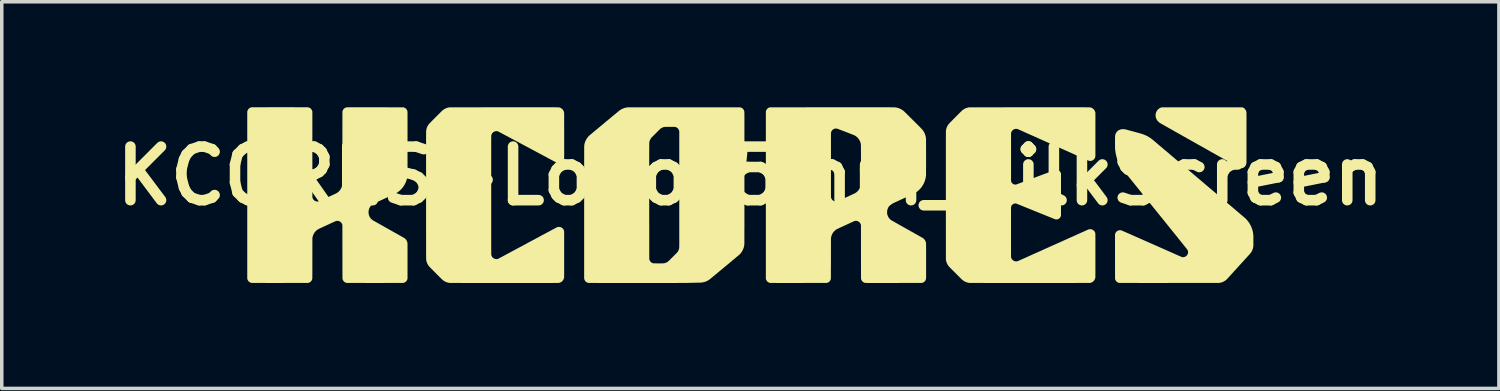
<source format=kicad_pcb>
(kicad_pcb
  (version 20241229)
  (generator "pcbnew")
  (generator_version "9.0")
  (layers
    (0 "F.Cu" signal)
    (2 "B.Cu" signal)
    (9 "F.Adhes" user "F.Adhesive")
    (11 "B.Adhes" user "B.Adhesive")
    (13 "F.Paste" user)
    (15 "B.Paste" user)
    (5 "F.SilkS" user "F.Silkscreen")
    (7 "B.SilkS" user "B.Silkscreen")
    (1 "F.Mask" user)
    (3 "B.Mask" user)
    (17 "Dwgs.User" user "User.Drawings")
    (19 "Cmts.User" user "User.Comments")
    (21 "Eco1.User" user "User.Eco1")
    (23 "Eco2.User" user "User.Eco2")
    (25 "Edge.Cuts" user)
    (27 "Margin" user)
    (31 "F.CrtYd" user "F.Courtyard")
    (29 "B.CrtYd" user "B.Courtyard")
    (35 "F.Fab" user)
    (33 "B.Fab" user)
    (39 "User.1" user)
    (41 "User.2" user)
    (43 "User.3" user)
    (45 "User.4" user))
  (footprint "KCORES-Logo_5mm_SilkScreen"
    (layer "F.Cu")
    (at 18.295 1.955)
    (property "Reference" "KCORES-Logo_5mm_SilkScreen" (at 0 0 0) (layer "F.SilkS") (effects (font (size 1.524 1.524) (thickness 0.3))))
    (attr board_only exclude_from_pos_files exclude_from_bom)
    (fp_poly (pts (xy 12.988 -1.952) (xy 13.051 -1.952) (xy 13.111 -1.952) (xy 13.169 -1.952) (xy 13.224 -1.952) (xy 13.276 -1.952) (xy 13.327 -1.952) (xy 13.374 -1.952) (xy 13.42 -1.952) (xy 13.463 -1.952) (xy 13.504 -1.952) (xy 13.543 -1.952) (xy 13.579 -1.952) (xy 13.614 -1.952) (xy 13.647 -1.952) (xy 13.677 -1.952) (xy 13.706 -1.952) (xy 13.733 -1.952) (xy 13.759 -1.952) (xy 13.782 -1.952) (xy 13.805 -1.952) (xy 13.825 -1.952) (xy 13.844 -1.952) (xy 13.861 -1.952) (xy 13.878 -1.952) (xy 13.892 -1.952) (xy 13.906 -1.952) (xy 13.918 -1.952) (xy 13.929 -1.952) (xy 13.94 -1.952) (xy 13.949 -1.952) (xy 13.957 -1.952) (xy 13.964 -1.951) (xy 13.97 -1.951) (xy 13.976 -1.951) (xy 13.98 -1.951) (xy 13.984 -1.951) (xy 13.988 -1.951) (xy 13.991 -1.951) (xy 13.993 -1.951) (xy 13.995 -1.951) (xy 13.997 -1.95) (xy 13.998 -1.95) (xy 13.999 -1.95) (xy 14 -1.95) (xy 14 -1.95) (xy 14 -1.95) (xy 14.019 -1.943) (xy 14.036 -1.934) (xy 14.052 -1.923) (xy 14.066 -1.909) (xy 14.079 -1.893) (xy 14.09 -1.876) (xy 14.1 -1.857) (xy 14.107 -1.837) (xy 14.112 -1.815) (xy 14.113 -1.813) (xy 14.113 -1.812) (xy 14.113 -1.81) (xy 14.113 -1.808) (xy 14.113 -1.806) (xy 14.114 -1.803) (xy 14.114 -1.799) (xy 14.114 -1.795) (xy 14.114 -1.789) (xy 14.114 -1.783) (xy 14.114 -1.776) (xy 14.114 -1.768) (xy 14.114 -1.759) (xy 14.114 -1.749) (xy 14.115 -1.738) (xy 14.115 -1.725) (xy 14.115 -1.711) (xy 14.115 -1.695) (xy 14.115 -1.678) (xy 14.115 -1.659) (xy 14.115 -1.639) (xy 14.115 -1.616) (xy 14.115 -1.592) (xy 14.115 -1.566) (xy 14.115 -1.538) (xy 14.115 -1.508) (xy 14.115 -1.476) (xy 14.115 -1.442) (xy 14.115 -1.405) (xy 14.115 -1.366) (xy 14.115 -1.325) (xy 14.115 -1.281) (xy 14.115 -1.234) (xy 14.115 -1.185) (xy 14.115 -1.133) (xy 14.115 -1.032) (xy 14.115 -0.98) (xy 14.115 -0.931) (xy 14.115 -0.885) (xy 14.115 -0.841) (xy 14.115 -0.8) (xy 14.115 -0.761) (xy 14.115 -0.724) (xy 14.115 -0.69) (xy 14.115 -0.658) (xy 14.115 -0.628) (xy 14.115 -0.601) (xy 14.115 -0.575) (xy 14.115 -0.551) (xy 14.115 -0.529) (xy 14.115 -0.508) (xy 14.115 -0.49) (xy 14.115 -0.473) (xy 14.115 -0.457) (xy 14.115 -0.443) (xy 14.114 -0.431) (xy 14.114 -0.419) (xy 14.114 -0.409) (xy 14.114 -0.4) (xy 14.114 -0.393) (xy 14.114 -0.386) (xy 14.114 -0.38) (xy 14.114 -0.375) (xy 14.114 -0.371) (xy 14.114 -0.368) (xy 14.113 -0.365) (xy 14.113 -0.363) (xy 14.113 -0.361) (xy 14.113 -0.36) (xy 14.108 -0.338) (xy 14.101 -0.318) (xy 14.092 -0.299) (xy 14.08 -0.281) (xy 14.068 -0.265) (xy 14.053 -0.252) (xy 14.037 -0.24) (xy 14.02 -0.231) (xy 14.002 -0.224) (xy 13.993 -0.222) (xy 13.982 -0.221) (xy 13.971 -0.22) (xy 13.96 -0.22) (xy 13.951 -0.22) (xy 13.948 -0.221) (xy 13.942 -0.222) (xy 13.936 -0.224) (xy 13.929 -0.226) (xy 13.928 -0.226) (xy 13.927 -0.227) (xy 13.924 -0.228) (xy 13.92 -0.23) (xy 13.915 -0.233) (xy 13.908 -0.237) (xy 13.9 -0.241) (xy 13.891 -0.246) (xy 13.88 -0.252) (xy 13.867 -0.259) (xy 13.853 -0.267) (xy 13.837 -0.276) (xy 13.82 -0.286) (xy 13.801 -0.296) (xy 13.78 -0.308) (xy 13.758 -0.32) (xy 13.734 -0.334) (xy 13.708 -0.348) (xy 13.68 -0.364) (xy 13.65 -0.381) (xy 13.619 -0.398) (xy 13.585 -0.417) (xy 13.55 -0.437) (xy 13.512 -0.458) (xy 13.473 -0.48) (xy 13.431 -0.504) (xy 13.388 -0.528) (xy 13.342 -0.554) (xy 13.294 -0.581) (xy 13.244 -0.609) (xy 13.191 -0.639) (xy 13.136 -0.669) (xy 13.079 -0.701) (xy 13.02 -0.735) (xy 12.958 -0.77) (xy 12.894 -0.806) (xy 12.828 -0.843) (xy 12.793 -0.863) (xy 12.74 -0.892) (xy 12.688 -0.922) (xy 12.636 -0.951) (xy 12.585 -0.98) (xy 12.535 -1.008) (xy 12.485 -1.036) (xy 12.436 -1.063) (xy 12.389 -1.09) (xy 12.342 -1.117) (xy 12.296 -1.142) (xy 12.252 -1.168) (xy 12.208 -1.192) (xy 12.166 -1.216) (xy 12.125 -1.239) (xy 12.085 -1.261) (xy 12.047 -1.283) (xy 12.01 -1.304) (xy 11.975 -1.324) (xy 11.941 -1.343) (xy 11.909 -1.361) (xy 11.878 -1.378) (xy 11.849 -1.395) (xy 11.822 -1.41) (xy 11.797 -1.424) (xy 11.773 -1.438) (xy 11.752 -1.45) (xy 11.732 -1.461) (xy 11.715 -1.471) (xy 11.7 -1.479) (xy 11.687 -1.487) (xy 11.676 -1.493) (xy 11.667 -1.498) (xy 11.661 -1.501) (xy 11.657 -1.504) (xy 11.656 -1.504) (xy 11.631 -1.523) (xy 11.61 -1.542) (xy 11.59 -1.563) (xy 11.573 -1.585) (xy 11.559 -1.607) (xy 11.548 -1.631) (xy 11.539 -1.655) (xy 11.533 -1.68) (xy 11.53 -1.705) (xy 11.529 -1.731) (xy 11.531 -1.756) (xy 11.536 -1.782) (xy 11.544 -1.806) (xy 11.552 -1.826) (xy 11.562 -1.846) (xy 11.574 -1.863) (xy 11.587 -1.88) (xy 11.602 -1.896) (xy 11.621 -1.912) (xy 11.641 -1.926) (xy 11.663 -1.937) (xy 11.685 -1.945) (xy 11.704 -1.95) (xy 11.705 -1.95) (xy 11.706 -1.95) (xy 11.707 -1.95) (xy 11.708 -1.951) (xy 11.71 -1.951) (xy 11.713 -1.951) (xy 11.715 -1.951) (xy 11.719 -1.951) (xy 11.723 -1.951) (xy 11.727 -1.951) (xy 11.733 -1.951) (xy 11.739 -1.951) (xy 11.746 -1.951) (xy 11.754 -1.952) (xy 11.762 -1.952) (xy 11.772 -1.952) (xy 11.783 -1.952) (xy 11.795 -1.952) (xy 11.808 -1.952) (xy 11.823 -1.952) (xy 11.839 -1.952) (xy 11.856 -1.952) (xy 11.874 -1.952) (xy 11.894 -1.952) (xy 11.916 -1.952) (xy 11.939 -1.952) (xy 11.964 -1.952) (xy 11.991 -1.952) (xy 12.019 -1.952) (xy 12.049 -1.952) (xy 12.082 -1.952) (xy 12.116 -1.952) (xy 12.152 -1.952) (xy 12.19 -1.952) (xy 12.23 -1.952) (xy 12.273 -1.952) (xy 12.318 -1.952) (xy 12.365 -1.952) (xy 12.414 -1.952) (xy 12.466 -1.952) (xy 12.521 -1.952) (xy 12.578 -1.952) (xy 12.637 -1.952) (xy 12.7 -1.952) (xy 12.765 -1.952) (xy 12.832 -1.952) (xy 12.922 -1.952)) (stroke (width 0) (type solid)) (fill yes) (layer "F.SilkS"))
    (fp_poly (pts (xy 10.626 -1.33) (xy 10.635 -1.329) (xy 10.644 -1.328) (xy 10.652 -1.327) (xy 10.659 -1.327) (xy 10.66 -1.326) (xy 10.663 -1.326) (xy 10.668 -1.324) (xy 10.676 -1.322) (xy 10.687 -1.32) (xy 10.699 -1.317) (xy 10.713 -1.313) (xy 10.728 -1.309) (xy 10.745 -1.304) (xy 10.764 -1.299) (xy 10.783 -1.294) (xy 10.803 -1.289) (xy 10.824 -1.283) (xy 10.837 -1.28) (xy 10.859 -1.274) (xy 10.88 -1.268) (xy 10.901 -1.262) (xy 10.921 -1.257) (xy 10.94 -1.252) (xy 10.958 -1.247) (xy 10.975 -1.242) (xy 10.99 -1.238) (xy 11.003 -1.235) (xy 11.014 -1.232) (xy 11.023 -1.229) (xy 11.029 -1.228) (xy 11.031 -1.227) (xy 11.054 -1.221) (xy 11.077 -1.214) (xy 11.1 -1.208) (xy 11.121 -1.201) (xy 11.141 -1.195) (xy 11.16 -1.189) (xy 11.176 -1.184) (xy 11.19 -1.178) (xy 11.192 -1.178) (xy 11.238 -1.159) (xy 11.284 -1.137) (xy 11.328 -1.113) (xy 11.371 -1.086) (xy 11.412 -1.057) (xy 11.433 -1.041) (xy 11.435 -1.039) (xy 11.44 -1.035) (xy 11.446 -1.03) (xy 11.454 -1.023) (xy 11.464 -1.014) (xy 11.477 -1.004) (xy 11.491 -0.992) (xy 11.507 -0.979) (xy 11.524 -0.964) (xy 11.544 -0.947) (xy 11.565 -0.93) (xy 11.587 -0.911) (xy 11.611 -0.89) (xy 11.637 -0.868) (xy 11.664 -0.845) (xy 11.693 -0.821) (xy 11.723 -0.796) (xy 11.754 -0.769) (xy 11.786 -0.742) (xy 11.82 -0.714) (xy 11.855 -0.684) (xy 11.891 -0.654) (xy 11.927 -0.622) (xy 11.965 -0.59) (xy 12.004 -0.557) (xy 12.044 -0.524) (xy 12.084 -0.489) (xy 12.126 -0.454) (xy 12.168 -0.419) (xy 12.21 -0.383) (xy 12.254 -0.346) (xy 12.298 -0.309) (xy 12.342 -0.271) (xy 12.387 -0.233) (xy 12.432 -0.195) (xy 12.478 -0.156) (xy 12.524 -0.117) (xy 12.57 -0.078) (xy 12.617 -0.038) (xy 12.663 0.001) (xy 12.71 0.041) (xy 12.757 0.08) (xy 12.803 0.12) (xy 12.85 0.159) (xy 12.897 0.199) (xy 12.943 0.238) (xy 12.989 0.278) (xy 13.035 0.317) (xy 13.081 0.355) (xy 13.126 0.394) (xy 13.171 0.432) (xy 13.216 0.469) (xy 13.26 0.507) (xy 13.303 0.543) (xy 13.346 0.58) (xy 13.388 0.615) (xy 13.429 0.65) (xy 13.47 0.685) (xy 13.509 0.718) (xy 13.548 0.751) (xy 13.586 0.784) (xy 13.623 0.815) (xy 13.659 0.845) (xy 13.694 0.875) (xy 13.727 0.903) (xy 13.76 0.931) (xy 13.791 0.957) (xy 13.821 0.983) (xy 13.849 1.007) (xy 13.877 1.03) (xy 13.902 1.052) (xy 13.926 1.073) (xy 13.949 1.092) (xy 13.97 1.11) (xy 13.99 1.126) (xy 14.007 1.141) (xy 14.023 1.155) (xy 14.037 1.167) (xy 14.05 1.177) (xy 14.06 1.186) (xy 14.068 1.193) (xy 14.075 1.199) (xy 14.079 1.202) (xy 14.081 1.204) (xy 14.081 1.204) (xy 14.105 1.228) (xy 14.129 1.254) (xy 14.152 1.283) (xy 14.174 1.312) (xy 14.195 1.342) (xy 14.212 1.37) (xy 14.218 1.381) (xy 14.225 1.394) (xy 14.232 1.408) (xy 14.239 1.422) (xy 14.246 1.437) (xy 14.252 1.45) (xy 14.257 1.462) (xy 14.258 1.465) (xy 14.273 1.505) (xy 14.285 1.546) (xy 14.295 1.588) (xy 14.303 1.63) (xy 14.308 1.673) (xy 14.31 1.695) (xy 14.31 1.7) (xy 14.31 1.708) (xy 14.311 1.718) (xy 14.311 1.731) (xy 14.311 1.745) (xy 14.311 1.76) (xy 14.311 1.777) (xy 14.311 1.795) (xy 14.311 1.813) (xy 14.311 1.832) (xy 14.311 1.85) (xy 14.311 1.869) (xy 14.311 1.888) (xy 14.311 1.906) (xy 14.311 1.923) (xy 14.311 1.939) (xy 14.311 1.953) (xy 14.311 1.966) (xy 14.311 1.977) (xy 14.31 1.986) (xy 14.31 1.993) (xy 14.31 1.996) (xy 14.305 2.029) (xy 14.298 2.061) (xy 14.288 2.092) (xy 14.276 2.122) (xy 14.261 2.152) (xy 14.243 2.18) (xy 14.222 2.206) (xy 14.204 2.228) (xy 14.202 2.23) (xy 14.198 2.234) (xy 14.192 2.24) (xy 14.185 2.248) (xy 14.176 2.258) (xy 14.165 2.27) (xy 14.153 2.283) (xy 14.14 2.298) (xy 14.125 2.314) (xy 14.109 2.331) (xy 14.092 2.35) (xy 14.074 2.37) (xy 14.055 2.391) (xy 14.035 2.414) (xy 14.014 2.437) (xy 13.992 2.461) (xy 13.969 2.486) (xy 13.946 2.511) (xy 13.922 2.537) (xy 13.898 2.564) (xy 13.876 2.588) (xy 13.852 2.615) (xy 13.828 2.642) (xy 13.804 2.668) (xy 13.781 2.693) (xy 13.758 2.718) (xy 13.737 2.742) (xy 13.716 2.765) (xy 13.696 2.787) (xy 13.677 2.807) (xy 13.659 2.827) (xy 13.642 2.846) (xy 13.626 2.863) (xy 13.612 2.879) (xy 13.599 2.893) (xy 13.587 2.906) (xy 13.577 2.917) (xy 13.568 2.926) (xy 13.561 2.934) (xy 13.556 2.94) (xy 13.552 2.944) (xy 13.551 2.945) (xy 13.534 2.96) (xy 13.515 2.974) (xy 13.494 2.988) (xy 13.473 3) (xy 13.46 3.007) (xy 13.436 3.018) (xy 13.411 3.027) (xy 13.385 3.034) (xy 13.357 3.04) (xy 13.35 3.041) (xy 13.332 3.044) (xy 11.918 3.044) (xy 11.854 3.045) (xy 11.791 3.045) (xy 11.729 3.045) (xy 11.667 3.045) (xy 11.607 3.045) (xy 11.547 3.045) (xy 11.489 3.045) (xy 11.431 3.045) (xy 11.375 3.045) (xy 11.32 3.045) (xy 11.266 3.045) (xy 11.213 3.045) (xy 11.162 3.045) (xy 11.112 3.045) (xy 11.063 3.045) (xy 11.017 3.044) (xy 10.971 3.044) (xy 10.928 3.044) (xy 10.886 3.044) (xy 10.846 3.044) (xy 10.808 3.044) (xy 10.772 3.044) (xy 10.737 3.044) (xy 10.705 3.044) (xy 10.675 3.044) (xy 10.647 3.044) (xy 10.621 3.044) (xy 10.598 3.044) (xy 10.576 3.044) (xy 10.558 3.044) (xy 10.541 3.044) (xy 10.528 3.044) (xy 10.517 3.044) (xy 10.508 3.044) (xy 10.502 3.044) (xy 10.499 3.044) (xy 10.499 3.044) (xy 10.479 3.04) (xy 10.46 3.033) (xy 10.443 3.024) (xy 10.427 3.013) (xy 10.413 3) (xy 10.4 2.984) (xy 10.39 2.967) (xy 10.382 2.948) (xy 10.379 2.941) (xy 10.376 2.93) (xy 10.375 2.307) (xy 10.375 2.265) (xy 10.375 2.223) (xy 10.375 2.183) (xy 10.375 2.143) (xy 10.375 2.104) (xy 10.375 2.066) (xy 10.375 2.029) (xy 10.375 1.994) (xy 10.375 1.96) (xy 10.375 1.927) (xy 10.375 1.896) (xy 10.375 1.866) (xy 10.375 1.838) (xy 10.375 1.812) (xy 10.375 1.788) (xy 10.375 1.766) (xy 10.375 1.746) (xy 10.375 1.728) (xy 10.375 1.713) (xy 10.375 1.7) (xy 10.375 1.689) (xy 10.375 1.681) (xy 10.375 1.675) (xy 10.375 1.672) (xy 10.375 1.672) (xy 10.378 1.653) (xy 10.384 1.635) (xy 10.391 1.618) (xy 10.401 1.603) (xy 10.413 1.589) (xy 10.426 1.576) (xy 10.441 1.566) (xy 10.457 1.557) (xy 10.474 1.55) (xy 10.492 1.546) (xy 10.511 1.544) (xy 10.53 1.544) (xy 10.549 1.547) (xy 10.553 1.548) (xy 10.555 1.549) (xy 10.559 1.55) (xy 10.564 1.553) (xy 10.572 1.556) (xy 10.581 1.56) (xy 10.592 1.564) (xy 10.605 1.57) (xy 10.62 1.577) (xy 10.637 1.584) (xy 10.656 1.592) (xy 10.678 1.602) (xy 10.701 1.612) (xy 10.726 1.623) (xy 10.754 1.635) (xy 10.784 1.648) (xy 10.815 1.662) (xy 10.85 1.677) (xy 10.886 1.693) (xy 10.925 1.711) (xy 10.966 1.729) (xy 11.01 1.748) (xy 11.056 1.768) (xy 11.104 1.79) (xy 11.155 1.812) (xy 11.208 1.836) (xy 11.264 1.86) (xy 11.322 1.886) (xy 11.383 1.913) (xy 11.387 1.915) (xy 11.444 1.94) (xy 11.5 1.964) (xy 11.552 1.988) (xy 11.602 2.01) (xy 11.65 2.031) (xy 11.696 2.051) (xy 11.739 2.07) (xy 11.78 2.088) (xy 11.819 2.106) (xy 11.856 2.122) (xy 11.89 2.137) (xy 11.923 2.152) (xy 11.954 2.165) (xy 11.983 2.178) (xy 12.01 2.19) (xy 12.035 2.201) (xy 12.059 2.212) (xy 12.081 2.222) (xy 12.102 2.231) (xy 12.121 2.239) (xy 12.138 2.247) (xy 12.154 2.254) (xy 12.169 2.261) (xy 12.183 2.267) (xy 12.195 2.272) (xy 12.206 2.277) (xy 12.217 2.281) (xy 12.226 2.285) (xy 12.234 2.289) (xy 12.241 2.292) (xy 12.247 2.295) (xy 12.253 2.297) (xy 12.257 2.299) (xy 12.261 2.301) (xy 12.265 2.302) (xy 12.268 2.303) (xy 12.27 2.304) (xy 12.272 2.305) (xy 12.273 2.305) (xy 12.274 2.306) (xy 12.275 2.306) (xy 12.276 2.306) (xy 12.276 2.306) (xy 12.277 2.306) (xy 12.277 2.306) (xy 12.277 2.306) (xy 12.278 2.306) (xy 12.278 2.306) (xy 12.279 2.307) (xy 12.279 2.307) (xy 12.293 2.309) (xy 12.308 2.311) (xy 12.323 2.31) (xy 12.337 2.309) (xy 12.343 2.307) (xy 12.362 2.301) (xy 12.38 2.293) (xy 12.396 2.282) (xy 12.411 2.269) (xy 12.424 2.254) (xy 12.435 2.237) (xy 12.444 2.219) (xy 12.45 2.2) (xy 12.45 2.199) (xy 12.452 2.188) (xy 12.453 2.175) (xy 12.453 2.163) (xy 12.452 2.151) (xy 12.451 2.14) (xy 12.45 2.138) (xy 12.447 2.127) (xy 12.443 2.117) (xy 12.439 2.107) (xy 12.435 2.1) (xy 12.433 2.098) (xy 12.431 2.095) (xy 12.427 2.089) (xy 12.421 2.082) (xy 12.414 2.073) (xy 12.405 2.062) (xy 12.395 2.049) (xy 12.383 2.034) (xy 12.369 2.017) (xy 12.355 1.999) (xy 12.338 1.978) (xy 12.32 1.955) (xy 12.3 1.931) (xy 12.279 1.904) (xy 12.256 1.876) (xy 12.231 1.845) (xy 12.205 1.813) (xy 12.177 1.778) (xy 12.148 1.741) (xy 12.117 1.703) (xy 12.084 1.662) (xy 12.049 1.619) (xy 12.013 1.574) (xy 11.975 1.527) (xy 11.935 1.478) (xy 11.894 1.426) (xy 11.851 1.373) (xy 11.806 1.317) (xy 11.76 1.259) (xy 11.711 1.199) (xy 11.661 1.137) (xy 11.609 1.073) (xy 11.556 1.006) (xy 11.511 0.951) (xy 11.47 0.901) (xy 11.43 0.851) (xy 11.39 0.801) (xy 11.351 0.753) (xy 11.312 0.704) (xy 11.274 0.657) (xy 11.236 0.61) (xy 11.199 0.564) (xy 11.163 0.519) (xy 11.127 0.475) (xy 11.093 0.432) (xy 11.058 0.39) (xy 11.025 0.349) (xy 10.993 0.308) (xy 10.961 0.269) (xy 10.931 0.232) (xy 10.901 0.195) (xy 10.873 0.16) (xy 10.845 0.126) (xy 10.819 0.093) (xy 10.794 0.062) (xy 10.77 0.032) (xy 10.747 0.004) (xy 10.726 -0.023) (xy 10.705 -0.048) (xy 10.686 -0.071) (xy 10.669 -0.093) (xy 10.653 -0.113) (xy 10.638 -0.131) (xy 10.625 -0.148) (xy 10.613 -0.162) (xy 10.603 -0.175) (xy 10.595 -0.185) (xy 10.588 -0.194) (xy 10.583 -0.2) (xy 10.579 -0.204) (xy 10.578 -0.206) (xy 10.578 -0.206) (xy 10.568 -0.219) (xy 10.558 -0.233) (xy 10.547 -0.248) (xy 10.536 -0.264) (xy 10.526 -0.28) (xy 10.518 -0.295) (xy 10.515 -0.299) (xy 10.494 -0.338) (xy 10.475 -0.379) (xy 10.457 -0.422) (xy 10.441 -0.466) (xy 10.426 -0.512) (xy 10.413 -0.559) (xy 10.402 -0.607) (xy 10.392 -0.655) (xy 10.385 -0.704) (xy 10.379 -0.753) (xy 10.376 -0.788) (xy 10.376 -0.795) (xy 10.376 -0.804) (xy 10.376 -0.816) (xy 10.375 -0.832) (xy 10.375 -0.85) (xy 10.375 -0.87) (xy 10.375 -0.894) (xy 10.375 -0.921) (xy 10.375 -0.95) (xy 10.375 -0.974) (xy 10.375 -0.999) (xy 10.375 -1.021) (xy 10.375 -1.04) (xy 10.376 -1.058) (xy 10.376 -1.073) (xy 10.376 -1.086) (xy 10.376 -1.097) (xy 10.376 -1.107) (xy 10.376 -1.115) (xy 10.376 -1.122) (xy 10.376 -1.128) (xy 10.377 -1.132) (xy 10.377 -1.136) (xy 10.377 -1.139) (xy 10.378 -1.142) (xy 10.378 -1.145) (xy 10.378 -1.147) (xy 10.379 -1.15) (xy 10.379 -1.151) (xy 10.385 -1.177) (xy 10.394 -1.201) (xy 10.404 -1.223) (xy 10.417 -1.243) (xy 10.432 -1.262) (xy 10.449 -1.278) (xy 10.467 -1.292) (xy 10.488 -1.304) (xy 10.49 -1.305) (xy 10.512 -1.315) (xy 10.536 -1.323) (xy 10.562 -1.328) (xy 10.588 -1.33) (xy 10.614 -1.331)) (stroke (width 0) (type solid)) (fill yes) (layer "F.SilkS"))
    (fp_poly (pts (xy -13.317 -1.955) (xy -13.276 -1.955) (xy -13.235 -1.955) (xy -13.194 -1.955) (xy -13.154 -1.955) (xy -13.114 -1.955) (xy -13.075 -1.955) (xy -13.037 -1.955) (xy -12.999 -1.955) (xy -12.963 -1.954) (xy -12.927 -1.954) (xy -12.893 -1.954) (xy -12.86 -1.954) (xy -12.829 -1.954) (xy -12.799 -1.954) (xy -12.77 -1.954) (xy -12.743 -1.954) (xy -12.718 -1.954) (xy -12.695 -1.954) (xy -12.674 -1.954) (xy -12.655 -1.954) (xy -12.638 -1.954) (xy -12.623 -1.954) (xy -12.611 -1.954) (xy -12.601 -1.953) (xy -12.594 -1.953) (xy -12.59 -1.953) (xy -12.588 -1.953) (xy -12.568 -1.949) (xy -12.549 -1.943) (xy -12.531 -1.934) (xy -12.516 -1.925) (xy -12.501 -1.911) (xy -12.488 -1.896) (xy -12.477 -1.879) (xy -12.468 -1.861) (xy -12.463 -1.845) (xy -12.459 -1.831) (xy -12.459 -0.61) (xy -12.458 0.61) (xy -12.454 0.623) (xy -12.448 0.639) (xy -12.441 0.654) (xy -12.433 0.667) (xy -12.422 0.68) (xy -12.415 0.687) (xy -12.399 0.7) (xy -12.383 0.711) (xy -12.364 0.719) (xy -12.345 0.725) (xy -12.341 0.726) (xy -12.329 0.727) (xy -12.316 0.728) (xy -12.303 0.727) (xy -12.289 0.726) (xy -12.278 0.723) (xy -12.277 0.723) (xy -12.275 0.722) (xy -12.27 0.72) (xy -12.263 0.717) (xy -12.254 0.713) (xy -12.243 0.708) (xy -12.23 0.702) (xy -12.215 0.695) (xy -12.199 0.688) (xy -12.181 0.68) (xy -12.163 0.672) (xy -12.143 0.663) (xy -12.123 0.654) (xy -12.102 0.644) (xy -12.08 0.634) (xy -12.058 0.624) (xy -12.036 0.614) (xy -12.013 0.604) (xy -11.991 0.593) (xy -11.969 0.583) (xy -11.948 0.574) (xy -11.927 0.564) (xy -11.907 0.555) (xy -11.888 0.546) (xy -11.869 0.537) (xy -11.853 0.53) (xy -11.837 0.522) (xy -11.823 0.516) (xy -11.811 0.51) (xy -11.8 0.505) (xy -11.792 0.501) (xy -11.786 0.498) (xy -11.783 0.497) (xy -11.758 0.482) (xy -11.734 0.465) (xy -11.711 0.446) (xy -11.69 0.425) (xy -11.671 0.402) (xy -11.654 0.377) (xy -11.64 0.351) (xy -11.639 0.349) (xy -11.63 0.329) (xy -11.622 0.309) (xy -11.616 0.288) (xy -11.61 0.265) (xy -11.608 0.256) (xy -11.605 0.24) (xy -11.605 -0.795) (xy -11.604 -1.831) (xy -11.6 -1.845) (xy -11.593 -1.864) (xy -11.584 -1.882) (xy -11.573 -1.899) (xy -11.56 -1.913) (xy -11.545 -1.926) (xy -11.528 -1.936) (xy -11.51 -1.944) (xy -11.491 -1.95) (xy -11.489 -1.951) (xy -11.488 -1.951) (xy -11.487 -1.951) (xy -11.485 -1.951) (xy -11.484 -1.951) (xy -11.482 -1.951) (xy -11.48 -1.952) (xy -11.477 -1.952) (xy -11.474 -1.952) (xy -11.47 -1.952) (xy -11.466 -1.952) (xy -11.46 -1.952) (xy -11.454 -1.952) (xy -11.447 -1.952) (xy -11.439 -1.952) (xy -11.43 -1.952) (xy -11.42 -1.953) (xy -11.409 -1.953) (xy -11.396 -1.953) (xy -11.383 -1.953) (xy -11.367 -1.953) (xy -11.351 -1.953) (xy -11.333 -1.953) (xy -11.313 -1.953) (xy -11.291 -1.953) (xy -11.268 -1.953) (xy -11.243 -1.953) (xy -11.216 -1.953) (xy -11.188 -1.953) (xy -11.157 -1.953) (xy -11.124 -1.953) (xy -11.089 -1.953) (xy -11.051 -1.953) (xy -11.012 -1.953) (xy -10.969 -1.953) (xy -10.925 -1.953) (xy -10.878 -1.953) (xy -10.828 -1.953) (xy -10.776 -1.953) (xy -10.721 -1.953) (xy -10.673 -1.953) (xy -9.87 -1.952) (xy -9.857 -1.949) (xy -9.85 -1.946) (xy -9.843 -1.943) (xy -9.837 -1.941) (xy -9.836 -1.941) (xy -9.819 -1.931) (xy -9.803 -1.92) (xy -9.789 -1.906) (xy -9.777 -1.891) (xy -9.767 -1.874) (xy -9.76 -1.856) (xy -9.754 -1.837) (xy -9.753 -1.828) (xy -9.753 -1.826) (xy -9.753 -1.823) (xy -9.753 -1.817) (xy -9.753 -1.809) (xy -9.753 -1.799) (xy -9.752 -1.788) (xy -9.752 -1.774) (xy -9.752 -1.758) (xy -9.752 -1.74) (xy -9.752 -1.719) (xy -9.752 -1.697) (xy -9.752 -1.672) (xy -9.752 -1.644) (xy -9.752 -1.615) (xy -9.752 -1.583) (xy -9.752 -1.549) (xy -9.752 -1.512) (xy -9.752 -1.473) (xy -9.752 -1.431) (xy -9.752 -1.387) (xy -9.752 -1.34) (xy -9.752 -1.29) (xy -9.752 -1.238) (xy -9.752 -1.183) (xy -9.752 -1.126) (xy -9.752 -1.066) (xy -9.752 -1.002) (xy -9.752 -0.937) (xy -9.752 -0.919) (xy -9.752 -0.858) (xy -9.752 -0.8) (xy -9.752 -0.744) (xy -9.752 -0.692) (xy -9.752 -0.641) (xy -9.752 -0.594) (xy -9.752 -0.548) (xy -9.752 -0.505) (xy -9.752 -0.465) (xy -9.752 -0.427) (xy -9.752 -0.39) (xy -9.752 -0.356) (xy -9.752 -0.324) (xy -9.752 -0.294) (xy -9.752 -0.266) (xy -9.752 -0.24) (xy -9.753 -0.216) (xy -9.753 -0.193) (xy -9.753 -0.172) (xy -9.753 -0.152) (xy -9.753 -0.134) (xy -9.753 -0.117) (xy -9.753 -0.102) (xy -9.753 -0.088) (xy -9.753 -0.075) (xy -9.753 -0.064) (xy -9.754 -0.053) (xy -9.754 -0.044) (xy -9.754 -0.035) (xy -9.754 -0.027) (xy -9.754 -0.021) (xy -9.755 -0.015) (xy -9.755 -0.009) (xy -9.755 -0.004) (xy -9.755 -0.000045) (xy -9.756 0.004) (xy -9.756 0.007) (xy -9.756 0.01) (xy -9.757 0.013) (xy -9.757 0.016) (xy -9.757 0.018) (xy -9.758 0.02) (xy -9.758 0.023) (xy -9.759 0.025) (xy -9.759 0.028) (xy -9.76 0.031) (xy -9.76 0.034) (xy -9.76 0.034) (xy -9.768 0.076) (xy -9.779 0.117) (xy -9.793 0.157) (xy -9.809 0.196) (xy -9.828 0.234) (xy -9.849 0.271) (xy -9.872 0.306) (xy -9.898 0.34) (xy -9.926 0.372) (xy -9.956 0.402) (xy -9.989 0.431) (xy -9.996 0.437) (xy -10.004 0.443) (xy -10.014 0.45) (xy -10.024 0.457) (xy -10.036 0.465) (xy -10.047 0.473) (xy -10.058 0.48) (xy -10.068 0.486) (xy -10.077 0.491) (xy -10.078 0.492) (xy -10.081 0.493) (xy -10.084 0.495) (xy -10.087 0.497) (xy -10.091 0.499) (xy -10.095 0.501) (xy -10.1 0.504) (xy -10.106 0.506) (xy -10.112 0.51) (xy -10.12 0.513) (xy -10.128 0.517) (xy -10.138 0.522) (xy -10.149 0.527) (xy -10.161 0.532) (xy -10.174 0.539) (xy -10.189 0.546) (xy -10.206 0.554) (xy -10.225 0.562) (xy -10.245 0.572) (xy -10.268 0.582) (xy -10.292 0.593) (xy -10.319 0.605) (xy -10.348 0.619) (xy -10.379 0.633) (xy -10.413 0.649) (xy -10.414 0.649) (xy -10.441 0.662) (xy -10.468 0.674) (xy -10.494 0.686) (xy -10.519 0.698) (xy -10.543 0.709) (xy -10.566 0.719) (xy -10.588 0.729) (xy -10.608 0.739) (xy -10.628 0.748) (xy -10.645 0.756) (xy -10.661 0.763) (xy -10.675 0.769) (xy -10.687 0.775) (xy -10.696 0.78) (xy -10.704 0.783) (xy -10.709 0.786) (xy -10.712 0.787) (xy -10.712 0.787) (xy -10.735 0.8) (xy -10.756 0.815) (xy -10.777 0.832) (xy -10.795 0.852) (xy -10.811 0.872) (xy -10.817 0.88) (xy -10.828 0.899) (xy -10.838 0.919) (xy -10.846 0.94) (xy -10.853 0.962) (xy -10.856 0.977) (xy -10.86 1.004) (xy -10.862 1.031) (xy -10.86 1.058) (xy -10.857 1.085) (xy -10.85 1.112) (xy -10.841 1.137) (xy -10.83 1.162) (xy -10.816 1.185) (xy -10.801 1.206) (xy -10.793 1.214) (xy -10.784 1.223) (xy -10.775 1.233) (xy -10.764 1.242) (xy -10.755 1.25) (xy -10.747 1.256) (xy -10.745 1.257) (xy -10.74 1.26) (xy -10.733 1.264) (xy -10.724 1.269) (xy -10.713 1.276) (xy -10.699 1.284) (xy -10.684 1.292) (xy -10.667 1.302) (xy -10.647 1.313) (xy -10.627 1.325) (xy -10.604 1.338) (xy -10.58 1.351) (xy -10.555 1.366) (xy -10.528 1.381) (xy -10.5 1.397) (xy -10.47 1.413) (xy -10.44 1.43) (xy -10.409 1.448) (xy -10.376 1.466) (xy -10.343 1.485) (xy -10.31 1.504) (xy -10.293 1.513) (xy -10.259 1.532) (xy -10.227 1.55) (xy -10.195 1.568) (xy -10.164 1.586) (xy -10.134 1.603) (xy -10.104 1.619) (xy -10.076 1.635) (xy -10.049 1.65) (xy -10.023 1.665) (xy -9.999 1.679) (xy -9.976 1.692) (xy -9.954 1.704) (xy -9.935 1.715) (xy -9.916 1.725) (xy -9.9 1.735) (xy -9.885 1.743) (xy -9.873 1.75) (xy -9.862 1.756) (xy -9.854 1.761) (xy -9.848 1.764) (xy -9.844 1.767) (xy -9.843 1.767) (xy -9.824 1.782) (xy -9.807 1.798) (xy -9.792 1.816) (xy -9.779 1.836) (xy -9.768 1.857) (xy -9.76 1.879) (xy -9.755 1.902) (xy -9.753 1.914) (xy -9.753 1.917) (xy -9.753 1.922) (xy -9.753 1.928) (xy -9.752 1.937) (xy -9.752 1.949) (xy -9.752 1.962) (xy -9.752 1.978) (xy -9.752 1.996) (xy -9.752 2.017) (xy -9.752 2.04) (xy -9.752 2.065) (xy -9.752 2.093) (xy -9.752 2.124) (xy -9.752 2.157) (xy -9.752 2.193) (xy -9.752 2.231) (xy -9.752 2.272) (xy -9.752 2.316) (xy -9.752 2.363) (xy -9.752 2.412) (xy -9.752 2.425) (xy -9.752 2.923) (xy -9.756 2.936) (xy -9.763 2.956) (xy -9.772 2.974) (xy -9.784 2.991) (xy -9.797 3.005) (xy -9.812 3.018) (xy -9.829 3.028) (xy -9.848 3.036) (xy -9.868 3.042) (xy -9.871 3.043) (xy -9.873 3.043) (xy -9.878 3.043) (xy -9.885 3.043) (xy -9.895 3.043) (xy -9.908 3.043) (xy -9.923 3.043) (xy -9.94 3.043) (xy -9.959 3.044) (xy -9.981 3.044) (xy -10.004 3.044) (xy -10.03 3.044) (xy -10.057 3.044) (xy -10.086 3.044) (xy -10.116 3.044) (xy -10.148 3.044) (xy -10.181 3.044) (xy -10.215 3.044) (xy -10.251 3.044) (xy -10.287 3.044) (xy -10.325 3.044) (xy -10.363 3.044) (xy -10.403 3.045) (xy -10.443 3.045) (xy -10.483 3.045) (xy -10.524 3.045) (xy -10.565 3.045) (xy -10.607 3.045) (xy -10.649 3.045) (xy -10.691 3.045) (xy -10.732 3.045) (xy -10.774 3.045) (xy -10.816 3.045) (xy -10.857 3.045) (xy -10.897 3.045) (xy -10.938 3.045) (xy -10.977 3.044) (xy -11.016 3.044) (xy -11.054 3.044) (xy -11.091 3.044) (xy -11.127 3.044) (xy -11.162 3.044) (xy -11.195 3.044) (xy -11.228 3.044) (xy -11.259 3.044) (xy -11.288 3.044) (xy -11.316 3.044) (xy -11.342 3.044) (xy -11.366 3.044) (xy -11.388 3.044) (xy -11.409 3.043) (xy -11.427 3.043) (xy -11.443 3.043) (xy -11.456 3.043) (xy -11.467 3.043) (xy -11.476 3.043) (xy -11.482 3.043) (xy -11.485 3.043) (xy -11.486 3.043) (xy -11.505 3.037) (xy -11.523 3.03) (xy -11.54 3.02) (xy -11.556 3.008) (xy -11.57 2.994) (xy -11.579 2.981) (xy -11.588 2.966) (xy -11.596 2.948) (xy -11.601 2.93) (xy -11.602 2.928) (xy -11.602 2.927) (xy -11.602 2.925) (xy -11.602 2.921) (xy -11.602 2.916) (xy -11.602 2.91) (xy -11.603 2.902) (xy -11.603 2.893) (xy -11.603 2.882) (xy -11.603 2.869) (xy -11.603 2.855) (xy -11.603 2.839) (xy -11.603 2.821) (xy -11.603 2.802) (xy -11.603 2.78) (xy -11.603 2.757) (xy -11.604 2.732) (xy -11.604 2.704) (xy -11.604 2.674) (xy -11.604 2.642) (xy -11.604 2.608) (xy -11.604 2.572) (xy -11.604 2.533) (xy -11.604 2.492) (xy -11.604 2.448) (xy -11.604 2.401) (xy -11.604 2.353) (xy -11.604 2.301) (xy -11.604 2.247) (xy -11.604 2.19) (xy -11.604 2.159) (xy -11.605 1.396) (xy -11.608 1.385) (xy -11.615 1.366) (xy -11.624 1.349) (xy -11.634 1.333) (xy -11.646 1.32) (xy -11.661 1.307) (xy -11.677 1.296) (xy -11.695 1.287) (xy -11.713 1.281) (xy -11.732 1.278) (xy -11.751 1.277) (xy -11.77 1.279) (xy -11.789 1.283) (xy -11.796 1.286) (xy -11.799 1.287) (xy -11.804 1.289) (xy -11.811 1.292) (xy -11.82 1.297) (xy -11.831 1.302) (xy -11.844 1.308) (xy -11.859 1.314) (xy -11.875 1.322) (xy -11.893 1.33) (xy -11.911 1.338) (xy -11.931 1.347) (xy -11.951 1.356) (xy -11.972 1.366) (xy -11.993 1.376) (xy -12.015 1.386) (xy -12.037 1.396) (xy -12.059 1.406) (xy -12.081 1.416) (xy -12.102 1.426) (xy -12.123 1.435) (xy -12.143 1.445) (xy -12.162 1.454) (xy -12.181 1.462) (xy -12.198 1.47) (xy -12.214 1.478) (xy -12.229 1.484) (xy -12.241 1.49) (xy -12.252 1.495) (xy -12.262 1.5) (xy -12.268 1.503) (xy -12.273 1.505) (xy -12.274 1.506) (xy -12.301 1.521) (xy -12.326 1.538) (xy -12.35 1.557) (xy -12.371 1.579) (xy -12.391 1.602) (xy -12.408 1.627) (xy -12.423 1.654) (xy -12.425 1.657) (xy -12.434 1.678) (xy -12.442 1.7) (xy -12.449 1.722) (xy -12.454 1.747) (xy -12.455 1.749) (xy -12.458 1.765) (xy -12.459 2.343) (xy -12.459 2.392) (xy -12.459 2.438) (xy -12.459 2.481) (xy -12.459 2.521) (xy -12.459 2.559) (xy -12.459 2.595) (xy -12.459 2.628) (xy -12.459 2.659) (xy -12.459 2.688) (xy -12.459 2.714) (xy -12.459 2.739) (xy -12.459 2.762) (xy -12.459 2.782) (xy -12.459 2.801) (xy -12.46 2.818) (xy -12.46 2.834) (xy -12.46 2.848) (xy -12.46 2.861) (xy -12.46 2.872) (xy -12.46 2.882) (xy -12.46 2.891) (xy -12.46 2.898) (xy -12.46 2.905) (xy -12.46 2.91) (xy -12.461 2.915) (xy -12.461 2.919) (xy -12.461 2.922) (xy -12.461 2.925) (xy -12.461 2.927) (xy -12.461 2.929) (xy -12.462 2.93) (xy -12.462 2.93) (xy -12.468 2.95) (xy -12.475 2.967) (xy -12.485 2.983) (xy -12.497 2.997) (xy -12.501 3.002) (xy -12.515 3.015) (xy -12.53 3.025) (xy -12.547 3.033) (xy -12.565 3.04) (xy -12.573 3.042) (xy -12.574 3.042) (xy -12.575 3.042) (xy -12.577 3.042) (xy -12.578 3.043) (xy -12.581 3.043) (xy -12.584 3.043) (xy -12.587 3.043) (xy -12.592 3.043) (xy -12.597 3.043) (xy -12.603 3.043) (xy -12.609 3.043) (xy -12.617 3.043) (xy -12.626 3.044) (xy -12.636 3.044) (xy -12.647 3.044) (xy -12.66 3.044) (xy -12.674 3.044) (xy -12.689 3.044) (xy -12.706 3.044) (xy -12.724 3.044) (xy -12.744 3.044) (xy -12.765 3.044) (xy -12.789 3.044) (xy -12.814 3.044) (xy -12.841 3.044) (xy -12.87 3.044) (xy -12.901 3.044) (xy -12.934 3.044) (xy -12.97 3.044) (xy -13.008 3.044) (xy -13.048 3.044) (xy -13.09 3.044) (xy -13.135 3.044) (xy -13.182 3.044) (xy -13.232 3.044) (xy -13.285 3.045) (xy -13.34 3.045) (xy -13.379 3.045) (xy -13.434 3.045) (xy -13.488 3.045) (xy -13.54 3.045) (xy -13.59 3.045) (xy -13.639 3.045) (xy -13.686 3.045) (xy -13.731 3.045) (xy -13.775 3.045) (xy -13.817 3.044) (xy -13.856 3.044) (xy -13.894 3.044) (xy -13.93 3.044) (xy -13.964 3.044) (xy -13.995 3.044) (xy -14.025 3.044) (xy -14.052 3.044) (xy -14.077 3.044) (xy -14.099 3.044) (xy -14.119 3.044) (xy -14.137 3.044) (xy -14.152 3.044) (xy -14.164 3.044) (xy -14.174 3.044) (xy -14.181 3.044) (xy -14.185 3.044) (xy -14.187 3.043) (xy -14.193 3.042) (xy -14.2 3.041) (xy -14.208 3.038) (xy -14.213 3.037) (xy -14.232 3.029) (xy -14.249 3.019) (xy -14.265 3.006) (xy -14.278 2.992) (xy -14.29 2.976) (xy -14.299 2.958) (xy -14.306 2.938) (xy -14.308 2.934) (xy -14.311 2.923) (xy -14.311 -1.831) (xy -14.307 -1.843) (xy -14.301 -1.863) (xy -14.292 -1.881) (xy -14.281 -1.898) (xy -14.268 -1.912) (xy -14.254 -1.925) (xy -14.237 -1.936) (xy -14.22 -1.944) (xy -14.2 -1.95) (xy -14.182 -1.953) (xy -14.18 -1.953) (xy -14.174 -1.953) (xy -14.167 -1.953) (xy -14.156 -1.953) (xy -14.143 -1.954) (xy -14.128 -1.954) (xy -14.111 -1.954) (xy -14.091 -1.954) (xy -14.069 -1.954) (xy -14.046 -1.954) (xy -14.02 -1.954) (xy -13.993 -1.954) (xy -13.964 -1.954) (xy -13.933 -1.954) (xy -13.902 -1.954) (xy -13.868 -1.954) (xy -13.834 -1.954) (xy -13.798 -1.954) (xy -13.761 -1.954) (xy -13.724 -1.955) (xy -13.685 -1.955) (xy -13.646 -1.955) (xy -13.606 -1.955) (xy -13.566 -1.955) (xy -13.525 -1.955) (xy -13.484 -1.955) (xy -13.442 -1.955) (xy -13.4 -1.955) (xy -13.359 -1.955)) (stroke (width 0) (type solid)) (fill yes) (layer "F.SilkS"))
    (fp_poly (pts (xy -6.074 -1.953) (xy -6.03 -1.953) (xy -5.989 -1.953) (xy -5.949 -1.953) (xy -5.912 -1.953) (xy -5.876 -1.953) (xy -5.843 -1.953) (xy -5.811 -1.953) (xy -5.78 -1.953) (xy -5.752 -1.953) (xy -5.725 -1.953) (xy -5.7 -1.953) (xy -5.677 -1.953) (xy -5.654 -1.953) (xy -5.634 -1.953) (xy -5.615 -1.953) (xy -5.597 -1.953) (xy -5.58 -1.953) (xy -5.565 -1.953) (xy -5.551 -1.953) (xy -5.538 -1.952) (xy -5.526 -1.952) (xy -5.515 -1.952) (xy -5.505 -1.952) (xy -5.497 -1.952) (xy -5.489 -1.952) (xy -5.482 -1.952) (xy -5.475 -1.952) (xy -5.47 -1.952) (xy -5.465 -1.952) (xy -5.461 -1.952) (xy -5.458 -1.952) (xy -5.455 -1.952) (xy -5.452 -1.951) (xy -5.45 -1.951) (xy -5.449 -1.951) (xy -5.447 -1.951) (xy -5.446 -1.951) (xy -5.446 -1.951) (xy -5.424 -1.946) (xy -5.403 -1.938) (xy -5.384 -1.928) (xy -5.365 -1.915) (xy -5.348 -1.9) (xy -5.347 -1.899) (xy -5.332 -1.882) (xy -5.32 -1.863) (xy -5.31 -1.843) (xy -5.302 -1.821) (xy -5.298 -1.807) (xy -5.298 -1.806) (xy -5.298 -1.805) (xy -5.298 -1.803) (xy -5.298 -1.801) (xy -5.297 -1.799) (xy -5.297 -1.796) (xy -5.297 -1.792) (xy -5.297 -1.788) (xy -5.297 -1.782) (xy -5.297 -1.776) (xy -5.297 -1.769) (xy -5.296 -1.761) (xy -5.296 -1.752) (xy -5.296 -1.741) (xy -5.296 -1.729) (xy -5.296 -1.716) (xy -5.296 -1.702) (xy -5.296 -1.686) (xy -5.296 -1.668) (xy -5.296 -1.649) (xy -5.296 -1.628) (xy -5.296 -1.605) (xy -5.296 -1.58) (xy -5.296 -1.553) (xy -5.296 -1.524) (xy -5.296 -1.493) (xy -5.296 -1.46) (xy -5.296 -1.424) (xy -5.295 -1.386) (xy -5.295 -1.346) (xy -5.295 -1.303) (xy -5.295 -1.257) (xy -5.295 -1.209) (xy -5.295 -1.158) (xy -5.295 -1.152) (xy -5.295 -1.096) (xy -5.295 -1.043) (xy -5.295 -0.993) (xy -5.295 -0.946) (xy -5.295 -0.901) (xy -5.295 -0.859) (xy -5.295 -0.819) (xy -5.295 -0.782) (xy -5.295 -0.748) (xy -5.295 -0.716) (xy -5.295 -0.686) (xy -5.295 -0.659) (xy -5.295 -0.633) (xy -5.295 -0.611) (xy -5.295 -0.59) (xy -5.296 -0.571) (xy -5.296 -0.555) (xy -5.296 -0.541) (xy -5.296 -0.528) (xy -5.296 -0.518) (xy -5.296 -0.509) (xy -5.296 -0.503) (xy -5.296 -0.498) (xy -5.296 -0.495) (xy -5.296 -0.494) (xy -5.3 -0.474) (xy -5.305 -0.457) (xy -5.313 -0.44) (xy -5.32 -0.428) (xy -5.333 -0.411) (xy -5.347 -0.397) (xy -5.363 -0.385) (xy -5.381 -0.375) (xy -5.401 -0.368) (xy -5.416 -0.364) (xy -5.421 -0.363) (xy -5.429 -0.362) (xy -5.437 -0.362) (xy -5.445 -0.362) (xy -5.462 -0.363) (xy -5.476 -0.365) (xy -5.49 -0.369) (xy -5.503 -0.374) (xy -5.505 -0.375) (xy -5.509 -0.377) (xy -5.515 -0.38) (xy -5.524 -0.385) (xy -5.536 -0.391) (xy -5.549 -0.398) (xy -5.564 -0.406) (xy -5.582 -0.416) (xy -5.602 -0.426) (xy -5.623 -0.438) (xy -5.646 -0.45) (xy -5.672 -0.464) (xy -5.698 -0.478) (xy -5.727 -0.493) (xy -5.757 -0.509) (xy -5.789 -0.526) (xy -5.822 -0.544) (xy -5.856 -0.562) (xy -5.892 -0.581) (xy -5.929 -0.601) (xy -5.967 -0.621) (xy -6.006 -0.643) (xy -6.047 -0.664) (xy -6.088 -0.686) (xy -6.13 -0.709) (xy -6.173 -0.732) (xy -6.217 -0.755) (xy -6.262 -0.779) (xy -6.307 -0.803) (xy -6.337 -0.82) (xy -6.383 -0.844) (xy -6.428 -0.868) (xy -6.472 -0.892) (xy -6.516 -0.915) (xy -6.559 -0.938) (xy -6.601 -0.961) (xy -6.642 -0.982) (xy -6.682 -1.004) (xy -6.721 -1.025) (xy -6.759 -1.045) (xy -6.795 -1.064) (xy -6.83 -1.083) (xy -6.864 -1.101) (xy -6.897 -1.119) (xy -6.928 -1.135) (xy -6.958 -1.151) (xy -6.986 -1.166) (xy -7.012 -1.18) (xy -7.036 -1.193) (xy -7.059 -1.205) (xy -7.08 -1.216) (xy -7.099 -1.226) (xy -7.116 -1.235) (xy -7.13 -1.243) (xy -7.143 -1.25) (xy -7.153 -1.255) (xy -7.162 -1.26) (xy -7.167 -1.263) (xy -7.171 -1.264) (xy -7.172 -1.265) (xy -7.191 -1.271) (xy -7.211 -1.274) (xy -7.231 -1.274) (xy -7.25 -1.272) (xy -7.27 -1.267) (xy -7.288 -1.259) (xy -7.305 -1.249) (xy -7.311 -1.245) (xy -7.327 -1.231) (xy -7.341 -1.216) (xy -7.352 -1.199) (xy -7.36 -1.181) (xy -7.366 -1.162) (xy -7.37 -1.141) (xy -7.37 -1.139) (xy -7.37 -1.134) (xy -7.37 -1.127) (xy -7.37 -1.117) (xy -7.37 -1.104) (xy -7.37 -1.088) (xy -7.37 -1.07) (xy -7.37 -1.05) (xy -7.371 -1.028) (xy -7.371 -1.003) (xy -7.371 -0.976) (xy -7.371 -0.947) (xy -7.371 -0.916) (xy -7.371 -0.883) (xy -7.371 -0.848) (xy -7.371 -0.811) (xy -7.371 -0.772) (xy -7.371 -0.732) (xy -7.371 -0.69) (xy -7.371 -0.646) (xy -7.371 -0.602) (xy -7.371 -0.555) (xy -7.371 -0.507) (xy -7.371 -0.458) (xy -7.371 -0.408) (xy -7.371 -0.357) (xy -7.371 -0.304) (xy -7.371 -0.251) (xy -7.371 -0.196) (xy -7.371 -0.141) (xy -7.371 -0.085) (xy -7.371 -0.028) (xy -7.371 0.029) (xy -7.371 0.087) (xy -7.371 0.146) (xy -7.371 0.205) (xy -7.371 0.265) (xy -7.371 0.324) (xy -7.371 0.384) (xy -7.371 0.445) (xy -7.371 0.505) (xy -7.371 0.565) (xy -7.371 0.626) (xy -7.371 0.686) (xy -7.371 0.746) (xy -7.371 0.806) (xy -7.371 0.866) (xy -7.371 0.925) (xy -7.371 0.984) (xy -7.371 1.042) (xy -7.371 1.1) (xy -7.371 1.157) (xy -7.371 1.213) (xy -7.371 1.269) (xy -7.371 1.323) (xy -7.371 1.377) (xy -7.371 1.43) (xy -7.371 1.482) (xy -7.371 1.532) (xy -7.371 1.582) (xy -7.371 1.63) (xy -7.371 1.677) (xy -7.371 1.722) (xy -7.371 1.766) (xy -7.371 1.809) (xy -7.371 1.85) (xy -7.371 1.889) (xy -7.371 1.926) (xy -7.371 1.962) (xy -7.371 1.996) (xy -7.371 2.027) (xy -7.371 2.057) (xy -7.371 2.085) (xy -7.37 2.11) (xy -7.37 2.134) (xy -7.37 2.155) (xy -7.37 2.173) (xy -7.37 2.19) (xy -7.37 2.203) (xy -7.37 2.215) (xy -7.37 2.223) (xy -7.37 2.229) (xy -7.37 2.232) (xy -7.37 2.233) (xy -7.366 2.253) (xy -7.36 2.272) (xy -7.352 2.29) (xy -7.341 2.307) (xy -7.328 2.322) (xy -7.313 2.335) (xy -7.297 2.346) (xy -7.278 2.355) (xy -7.266 2.359) (xy -7.246 2.364) (xy -7.227 2.366) (xy -7.207 2.365) (xy -7.188 2.361) (xy -7.168 2.354) (xy -7.157 2.349) (xy -7.155 2.348) (xy -7.151 2.346) (xy -7.144 2.342) (xy -7.135 2.337) (xy -7.124 2.331) (xy -7.11 2.324) (xy -7.095 2.316) (xy -7.077 2.306) (xy -7.057 2.296) (xy -7.036 2.284) (xy -7.012 2.271) (xy -6.987 2.258) (xy -6.96 2.243) (xy -6.932 2.228) (xy -6.902 2.212) (xy -6.87 2.195) (xy -6.837 2.177) (xy -6.802 2.159) (xy -6.767 2.139) (xy -6.73 2.12) (xy -6.691 2.099) (xy -6.652 2.078) (xy -6.612 2.056) (xy -6.571 2.034) (xy -6.528 2.011) (xy -6.485 1.988) (xy -6.442 1.965) (xy -6.397 1.941) (xy -6.352 1.917) (xy -6.327 1.903) (xy -6.282 1.879) (xy -6.237 1.855) (xy -6.193 1.831) (xy -6.15 1.808) (xy -6.107 1.785) (xy -6.065 1.763) (xy -6.024 1.741) (xy -5.985 1.719) (xy -5.946 1.698) (xy -5.908 1.678) (xy -5.872 1.659) (xy -5.837 1.64) (xy -5.803 1.622) (xy -5.77 1.604) (xy -5.739 1.588) (xy -5.71 1.572) (xy -5.682 1.557) (xy -5.656 1.543) (xy -5.632 1.53) (xy -5.609 1.518) (xy -5.589 1.507) (xy -5.57 1.497) (xy -5.553 1.488) (xy -5.539 1.48) (xy -5.526 1.474) (xy -5.516 1.468) (xy -5.508 1.464) (xy -5.502 1.461) (xy -5.499 1.46) (xy -5.498 1.459) (xy -5.488 1.455) (xy -5.478 1.452) (xy -5.467 1.451) (xy -5.456 1.45) (xy -5.443 1.45) (xy -5.434 1.45) (xy -5.427 1.45) (xy -5.421 1.451) (xy -5.415 1.451) (xy -5.409 1.453) (xy -5.409 1.453) (xy -5.389 1.46) (xy -5.37 1.469) (xy -5.353 1.48) (xy -5.338 1.493) (xy -5.324 1.509) (xy -5.319 1.516) (xy -5.312 1.53) (xy -5.305 1.544) (xy -5.3 1.56) (xy -5.299 1.565) (xy -5.296 1.577) (xy -5.296 2.23) (xy -5.296 2.282) (xy -5.296 2.331) (xy -5.296 2.377) (xy -5.296 2.421) (xy -5.296 2.462) (xy -5.296 2.5) (xy -5.296 2.536) (xy -5.296 2.57) (xy -5.296 2.602) (xy -5.296 2.631) (xy -5.296 2.658) (xy -5.296 2.684) (xy -5.296 2.707) (xy -5.296 2.729) (xy -5.296 2.749) (xy -5.296 2.767) (xy -5.296 2.783) (xy -5.296 2.798) (xy -5.296 2.812) (xy -5.296 2.824) (xy -5.296 2.835) (xy -5.296 2.845) (xy -5.296 2.853) (xy -5.297 2.861) (xy -5.297 2.867) (xy -5.297 2.873) (xy -5.297 2.878) (xy -5.297 2.882) (xy -5.297 2.885) (xy -5.297 2.888) (xy -5.297 2.89) (xy -5.298 2.892) (xy -5.298 2.894) (xy -5.298 2.895) (xy -5.298 2.896) (xy -5.298 2.897) (xy -5.304 2.92) (xy -5.313 2.941) (xy -5.324 2.961) (xy -5.337 2.979) (xy -5.352 2.996) (xy -5.369 3.01) (xy -5.377 3.015) (xy -5.386 3.021) (xy -5.397 3.026) (xy -5.408 3.031) (xy -5.418 3.035) (xy -5.425 3.038) (xy -5.427 3.038) (xy -5.428 3.039) (xy -5.429 3.039) (xy -5.43 3.039) (xy -5.43 3.04) (xy -5.431 3.04) (xy -5.432 3.04) (xy -5.433 3.041) (xy -5.435 3.041) (xy -5.436 3.041) (xy -5.438 3.041) (xy -5.44 3.042) (xy -5.442 3.042) (xy -5.445 3.042) (xy -5.449 3.042) (xy -5.452 3.042) (xy -5.457 3.043) (xy -5.462 3.043) (xy -5.468 3.043) (xy -5.474 3.043) (xy -5.482 3.043) (xy -5.49 3.043) (xy -5.499 3.044) (xy -5.509 3.044) (xy -5.52 3.044) (xy -5.532 3.044) (xy -5.545 3.044) (xy -5.559 3.044) (xy -5.575 3.044) (xy -5.591 3.044) (xy -5.609 3.044) (xy -5.629 3.045) (xy -5.649 3.045) (xy -5.672 3.045) (xy -5.695 3.045) (xy -5.721 3.045) (xy -5.747 3.045) (xy -5.776 3.045) (xy -5.806 3.045) (xy -5.838 3.045) (xy -5.872 3.045) (xy -5.907 3.045) (xy -5.945 3.045) (xy -5.984 3.045) (xy -6.025 3.045) (xy -6.069 3.045) (xy -6.114 3.045) (xy -6.162 3.045) (xy -6.212 3.045) (xy -6.264 3.045) (xy -6.319 3.045) (xy -6.376 3.045) (xy -6.435 3.045) (xy -6.497 3.045) (xy -6.561 3.045) (xy -6.628 3.045) (xy -6.697 3.045) (xy -6.769 3.045) (xy -6.844 3.045) (xy -6.922 3.045) (xy -7 3.045) (xy -7.066 3.045) (xy -7.131 3.045) (xy -7.196 3.045) (xy -7.26 3.045) (xy -7.324 3.045) (xy -7.386 3.045) (xy -7.447 3.045) (xy -7.508 3.045) (xy -7.567 3.045) (xy -7.625 3.045) (xy -7.682 3.045) (xy -7.737 3.045) (xy -7.792 3.045) (xy -7.844 3.045) (xy -7.896 3.045) (xy -7.946 3.045) (xy -7.994 3.045) (xy -8.041 3.045) (xy -8.086 3.045) (xy -8.129 3.045) (xy -8.17 3.045) (xy -8.21 3.045) (xy -8.247 3.044) (xy -8.283 3.044) (xy -8.317 3.044) (xy -8.348 3.044) (xy -8.378 3.044) (xy -8.405 3.044) (xy -8.43 3.044) (xy -8.452 3.044) (xy -8.472 3.044) (xy -8.49 3.044) (xy -8.505 3.044) (xy -8.518 3.044) (xy -8.528 3.044) (xy -8.535 3.044) (xy -8.54 3.044) (xy -8.541 3.044) (xy -8.541 3.044) (xy -8.575 3.04) (xy -8.607 3.033) (xy -8.638 3.024) (xy -8.668 3.012) (xy -8.697 2.997) (xy -8.725 2.98) (xy -8.751 2.96) (xy -8.76 2.953) (xy -8.763 2.95) (xy -8.768 2.945) (xy -8.775 2.938) (xy -8.784 2.93) (xy -8.794 2.92) (xy -8.805 2.909) (xy -8.817 2.897) (xy -8.831 2.883) (xy -8.845 2.869) (xy -8.86 2.854) (xy -8.876 2.838) (xy -8.893 2.822) (xy -8.909 2.805) (xy -8.927 2.788) (xy -8.944 2.77) (xy -8.961 2.753) (xy -8.979 2.735) (xy -8.996 2.718) (xy -9.012 2.701) (xy -9.029 2.685) (xy -9.044 2.669) (xy -9.059 2.654) (xy -9.074 2.639) (xy -9.087 2.626) (xy -9.099 2.614) (xy -9.11 2.602) (xy -9.119 2.593) (xy -9.127 2.584) (xy -9.133 2.578) (xy -9.138 2.573) (xy -9.141 2.57) (xy -9.141 2.569) (xy -9.16 2.543) (xy -9.177 2.515) (xy -9.192 2.486) (xy -9.203 2.456) (xy -9.213 2.424) (xy -9.22 2.39) (xy -9.221 2.383) (xy -9.221 2.382) (xy -9.221 2.381) (xy -9.221 2.38) (xy -9.221 2.378) (xy -9.222 2.376) (xy -9.222 2.374) (xy -9.222 2.372) (xy -9.222 2.368) (xy -9.222 2.365) (xy -9.222 2.361) (xy -9.222 2.356) (xy -9.222 2.35) (xy -9.222 2.344) (xy -9.222 2.337) (xy -9.222 2.33) (xy -9.222 2.321) (xy -9.223 2.312) (xy -9.223 2.302) (xy -9.223 2.29) (xy -9.223 2.278) (xy -9.223 2.265) (xy -9.223 2.25) (xy -9.223 2.235) (xy -9.223 2.218) (xy -9.223 2.2) (xy -9.223 2.18) (xy -9.223 2.16) (xy -9.223 2.137) (xy -9.223 2.114) (xy -9.223 2.089) (xy -9.223 2.062) (xy -9.223 2.034) (xy -9.223 2.004) (xy -9.223 1.973) (xy -9.223 1.939) (xy -9.223 1.904) (xy -9.223 1.867) (xy -9.223 1.829) (xy -9.223 1.788) (xy -9.224 1.746) (xy -9.224 1.701) (xy -9.224 1.654) (xy -9.224 1.606) (xy -9.224 1.555) (xy -9.224 1.502) (xy -9.224 1.446) (xy -9.224 1.389) (xy -9.224 1.329) (xy -9.224 1.266) (xy -9.224 1.202) (xy -9.224 1.134) (xy -9.224 1.065) (xy -9.224 0.992) (xy -9.224 0.917) (xy -9.224 0.84) (xy -9.224 0.759) (xy -9.224 0.676) (xy -9.224 0.59) (xy -9.224 0.562) (xy -9.224 0.465) (xy -9.224 0.37) (xy -9.224 0.278) (xy -9.224 0.189) (xy -9.224 0.102) (xy -9.224 0.019) (xy -9.224 -0.062) (xy -9.224 -0.14) (xy -9.224 -0.215) (xy -9.224 -0.288) (xy -9.224 -0.358) (xy -9.224 -0.425) (xy -9.224 -0.489) (xy -9.224 -0.551) (xy -9.224 -0.61) (xy -9.224 -0.666) (xy -9.224 -0.72) (xy -9.224 -0.771) (xy -9.224 -0.82) (xy -9.224 -0.866) (xy -9.224 -0.909) (xy -9.224 -0.95) (xy -9.224 -0.988) (xy -9.224 -1.024) (xy -9.224 -1.057) (xy -9.224 -1.087) (xy -9.224 -1.116) (xy -9.224 -1.141) (xy -9.223 -1.165) (xy -9.223 -1.185) (xy -9.223 -1.204) (xy -9.223 -1.22) (xy -9.223 -1.233) (xy -9.223 -1.244) (xy -9.223 -1.253) (xy -9.223 -1.259) (xy -9.223 -1.263) (xy -9.223 -1.265) (xy -9.219 -1.298) (xy -9.213 -1.33) (xy -9.205 -1.361) (xy -9.194 -1.391) (xy -9.18 -1.419) (xy -9.163 -1.447) (xy -9.144 -1.474) (xy -9.142 -1.477) (xy -9.139 -1.48) (xy -9.135 -1.485) (xy -9.128 -1.492) (xy -9.119 -1.501) (xy -9.108 -1.512) (xy -9.096 -1.525) (xy -9.081 -1.54) (xy -9.065 -1.557) (xy -9.046 -1.575) (xy -9.026 -1.596) (xy -9.004 -1.618) (xy -8.98 -1.642) (xy -8.955 -1.668) (xy -8.954 -1.669) (xy -8.935 -1.688) (xy -8.916 -1.706) (xy -8.898 -1.724) (xy -8.881 -1.742) (xy -8.864 -1.758) (xy -8.849 -1.774) (xy -8.834 -1.788) (xy -8.82 -1.802) (xy -8.808 -1.814) (xy -8.797 -1.825) (xy -8.787 -1.835) (xy -8.779 -1.843) (xy -8.773 -1.849) (xy -8.768 -1.854) (xy -8.765 -1.856) (xy -8.765 -1.857) (xy -8.746 -1.873) (xy -8.724 -1.889) (xy -8.701 -1.904) (xy -8.676 -1.916) (xy -8.651 -1.927) (xy -8.638 -1.932) (xy -8.619 -1.938) (xy -8.599 -1.944) (xy -8.578 -1.948) (xy -8.573 -1.949) (xy -8.556 -1.952) (xy -7.008 -1.953) (xy -6.928 -1.953) (xy -6.85 -1.953) (xy -6.775 -1.953) (xy -6.703 -1.953) (xy -6.633 -1.953) (xy -6.566 -1.953) (xy -6.502 -1.953) (xy -6.44 -1.953) (xy -6.381 -1.953) (xy -6.324 -1.953) (xy -6.269 -1.953) (xy -6.217 -1.953) (xy -6.167 -1.953) (xy -6.119 -1.953)) (stroke (width 0) (type solid)) (fill yes) (layer "F.SilkS"))
    (fp_poly (pts (xy -0.28 -1.949) (xy -0.26 -1.943) (xy -0.242 -1.934) (xy -0.234 -1.929) (xy -0.217 -1.916) (xy -0.203 -1.902) (xy -0.191 -1.886) (xy -0.182 -1.868) (xy -0.175 -1.849) (xy -0.17 -1.829) (xy -0.169 -1.819) (xy -0.169 -1.818) (xy -0.169 -1.813) (xy -0.169 -1.807) (xy -0.169 -1.798) (xy -0.169 -1.787) (xy -0.169 -1.774) (xy -0.169 -1.759) (xy -0.168 -1.741) (xy -0.168 -1.721) (xy -0.168 -1.699) (xy -0.168 -1.674) (xy -0.168 -1.647) (xy -0.168 -1.617) (xy -0.168 -1.585) (xy -0.168 -1.551) (xy -0.168 -1.514) (xy -0.168 -1.475) (xy -0.168 -1.433) (xy -0.168 -1.389) (xy -0.168 -1.342) (xy -0.168 -1.293) (xy -0.168 -1.241) (xy -0.168 -1.186) (xy -0.168 -1.129) (xy -0.168 -1.07) (xy -0.168 -1.008) (xy -0.168 -0.943) (xy -0.168 -0.875) (xy -0.168 -0.805) (xy -0.168 -0.732) (xy -0.168 -0.656) (xy -0.168 -0.578) (xy -0.168 -0.497) (xy -0.168 -0.413) (xy -0.168 -0.327) (xy -0.168 -0.237) (xy -0.168 -0.145) (xy -0.168 -0.05) (xy -0.168 0.048) (xy -0.168 0.067) (xy -0.168 0.156) (xy -0.168 0.241) (xy -0.168 0.324) (xy -0.168 0.404) (xy -0.168 0.481) (xy -0.168 0.556) (xy -0.168 0.628) (xy -0.168 0.698) (xy -0.168 0.765) (xy -0.168 0.83) (xy -0.168 0.892) (xy -0.168 0.952) (xy -0.168 1.009) (xy -0.168 1.065) (xy -0.168 1.118) (xy -0.168 1.169) (xy -0.168 1.218) (xy -0.168 1.264) (xy -0.168 1.309) (xy -0.168 1.352) (xy -0.168 1.392) (xy -0.168 1.431) (xy -0.168 1.468) (xy -0.168 1.503) (xy -0.169 1.537) (xy -0.169 1.569) (xy -0.169 1.599) (xy -0.169 1.627) (xy -0.169 1.654) (xy -0.169 1.679) (xy -0.169 1.703) (xy -0.169 1.726) (xy -0.169 1.747) (xy -0.169 1.766) (xy -0.169 1.785) (xy -0.169 1.802) (xy -0.169 1.818) (xy -0.169 1.833) (xy -0.169 1.846) (xy -0.169 1.859) (xy -0.169 1.87) (xy -0.169 1.881) (xy -0.169 1.891) (xy -0.169 1.899) (xy -0.17 1.907) (xy -0.17 1.915) (xy -0.17 1.921) (xy -0.17 1.927) (xy -0.17 1.932) (xy -0.17 1.936) (xy -0.17 1.94) (xy -0.17 1.944) (xy -0.17 1.946) (xy -0.17 1.949) (xy -0.17 1.951) (xy -0.171 1.953) (xy -0.171 1.954) (xy -0.171 1.956) (xy -0.171 1.957) (xy -0.171 1.957) (xy -0.176 1.99) (xy -0.183 2.021) (xy -0.192 2.051) (xy -0.203 2.08) (xy -0.215 2.108) (xy -0.216 2.109) (xy -0.233 2.141) (xy -0.252 2.171) (xy -0.274 2.2) (xy -0.298 2.227) (xy -0.315 2.244) (xy -0.317 2.245) (xy -0.321 2.248) (xy -0.327 2.253) (xy -0.334 2.26) (xy -0.344 2.268) (xy -0.355 2.277) (xy -0.368 2.288) (xy -0.383 2.3) (xy -0.399 2.313) (xy -0.416 2.328) (xy -0.435 2.343) (xy -0.454 2.36) (xy -0.475 2.377) (xy -0.497 2.395) (xy -0.52 2.414) (xy -0.543 2.434) (xy -0.567 2.454) (xy -0.592 2.474) (xy -0.617 2.496) (xy -0.643 2.517) (xy -0.669 2.539) (xy -0.695 2.56) (xy -0.722 2.582) (xy -0.748 2.604) (xy -0.775 2.626) (xy -0.801 2.648) (xy -0.827 2.67) (xy -0.853 2.691) (xy -0.878 2.712) (xy -0.902 2.732) (xy -0.927 2.752) (xy -0.95 2.772) (xy -0.973 2.791) (xy -0.994 2.809) (xy -1.015 2.826) (xy -1.034 2.842) (xy -1.053 2.857) (xy -1.07 2.871) (xy -1.086 2.885) (xy -1.1 2.896) (xy -1.113 2.907) (xy -1.124 2.916) (xy -1.133 2.924) (xy -1.141 2.93) (xy -1.146 2.934) (xy -1.15 2.937) (xy -1.15 2.938) (xy -1.176 2.956) (xy -1.203 2.973) (xy -1.232 2.989) (xy -1.263 3.002) (xy -1.294 3.013) (xy -1.32 3.021) (xy -1.333 3.024) (xy -1.346 3.027) (xy -1.358 3.029) (xy -1.371 3.031) (xy -1.384 3.032) (xy -1.399 3.033) (xy -1.415 3.034) (xy -1.433 3.035) (xy -1.454 3.036) (xy -1.465 3.036) (xy -1.475 3.036) (xy -1.487 3.036) (xy -1.501 3.037) (xy -1.517 3.037) (xy -1.534 3.037) (xy -1.553 3.038) (xy -1.572 3.038) (xy -1.592 3.039) (xy -1.611 3.039) (xy -1.63 3.039) (xy -1.643 3.04) (xy -1.655 3.04) (xy -1.668 3.04) (xy -1.68 3.041) (xy -1.691 3.041) (xy -1.703 3.041) (xy -1.715 3.041) (xy -1.726 3.042) (xy -1.738 3.042) (xy -1.75 3.042) (xy -1.762 3.042) (xy -1.774 3.042) (xy -1.787 3.043) (xy -1.8 3.043) (xy -1.814 3.043) (xy -1.828 3.043) (xy -1.842 3.043) (xy -1.857 3.043) (xy -1.873 3.044) (xy -1.89 3.044) (xy -1.907 3.044) (xy -1.926 3.044) (xy -1.945 3.044) (xy -1.965 3.044) (xy -1.987 3.044) (xy -2.009 3.044) (xy -2.033 3.044) (xy -2.058 3.044) (xy -2.084 3.045) (xy -2.112 3.045) (xy -2.141 3.045) (xy -2.172 3.045) (xy -2.204 3.045) (xy -2.238 3.045) (xy -2.274 3.045) (xy -2.311 3.045) (xy -2.35 3.045) (xy -2.391 3.045) (xy -2.434 3.045) (xy -2.479 3.045) (xy -2.526 3.045) (xy -2.575 3.045) (xy -2.627 3.045) (xy -2.68 3.045) (xy -2.736 3.045) (xy -2.795 3.045) (xy -2.855 3.045) (xy -2.919 3.045) (xy -2.985 3.045) (xy -3.053 3.045) (xy -3.124 3.045) (xy -3.198 3.045) (xy -3.257 3.045) (xy -3.333 3.045) (xy -3.407 3.045) (xy -3.478 3.045) (xy -3.546 3.045) (xy -3.612 3.045) (xy -3.675 3.045) (xy -3.735 3.045) (xy -3.793 3.045) (xy -3.848 3.045) (xy -3.901 3.045) (xy -3.952 3.045) (xy -4 3.045) (xy -4.046 3.045) (xy -4.09 3.045) (xy -4.131 3.045) (xy -4.171 3.045) (xy -4.208 3.045) (xy -4.244 3.045) (xy -4.277 3.045) (xy -4.308 3.045) (xy -4.338 3.045) (xy -4.365 3.044) (xy -4.391 3.044) (xy -4.415 3.044) (xy -4.438 3.044) (xy -4.459 3.044) (xy -4.478 3.044) (xy -4.495 3.044) (xy -4.511 3.044) (xy -4.526 3.044) (xy -4.539 3.044) (xy -4.551 3.044) (xy -4.562 3.044) (xy -4.571 3.044) (xy -4.579 3.044) (xy -4.586 3.044) (xy -4.592 3.044) (xy -4.597 3.043) (xy -4.601 3.043) (xy -4.604 3.043) (xy -4.606 3.043) (xy -4.607 3.043) (xy -4.607 3.043) (xy -4.626 3.038) (xy -4.645 3.031) (xy -4.662 3.021) (xy -4.678 3.009) (xy -4.692 2.995) (xy -4.703 2.979) (xy -4.713 2.962) (xy -4.72 2.944) (xy -4.725 2.928) (xy -4.727 2.914) (xy -4.727 1.03) (xy -4.727 0.941) (xy -4.727 0.855) (xy -4.727 0.772) (xy -4.727 0.692) (xy -4.727 0.614) (xy -4.727 0.539) (xy -4.727 0.467) (xy -4.727 0.397) (xy -4.727 0.329) (xy -4.727 0.264) (xy -4.727 0.202) (xy -4.727 0.142) (xy -4.727 0.084) (xy -4.727 0.028) (xy -4.727 -0.025) (xy -4.727 -0.056) (xy -2.876 -0.056) (xy -2.876 0.011) (xy -2.876 0.08) (xy -2.876 0.152) (xy -2.876 0.226) (xy -2.876 0.303) (xy -2.876 0.383) (xy -2.876 0.466) (xy -2.876 0.552) (xy -2.876 0.64) (xy -2.876 0.722) (xy -2.876 0.804) (xy -2.876 0.884) (xy -2.876 0.962) (xy -2.876 1.036) (xy -2.876 1.108) (xy -2.876 1.177) (xy -2.876 1.244) (xy -2.876 1.308) (xy -2.875 1.369) (xy -2.875 1.429) (xy -2.875 1.485) (xy -2.875 1.54) (xy -2.875 1.592) (xy -2.875 1.642) (xy -2.875 1.69) (xy -2.875 1.736) (xy -2.875 1.779) (xy -2.875 1.821) (xy -2.875 1.86) (xy -2.875 1.898) (xy -2.875 1.934) (xy -2.875 1.968) (xy -2.875 2) (xy -2.875 2.03) (xy -2.875 2.059) (xy -2.875 2.086) (xy -2.875 2.111) (xy -2.875 2.135) (xy -2.875 2.157) (xy -2.875 2.178) (xy -2.875 2.198) (xy -2.875 2.216) (xy -2.875 2.233) (xy -2.875 2.248) (xy -2.875 2.263) (xy -2.874 2.276) (xy -2.874 2.288) (xy -2.874 2.299) (xy -2.874 2.309) (xy -2.874 2.318) (xy -2.874 2.326) (xy -2.874 2.334) (xy -2.874 2.34) (xy -2.874 2.346) (xy -2.874 2.351) (xy -2.874 2.355) (xy -2.874 2.359) (xy -2.874 2.362) (xy -2.873 2.365) (xy -2.873 2.367) (xy -2.873 2.369) (xy -2.873 2.37) (xy -2.873 2.371) (xy -2.873 2.372) (xy -2.873 2.372) (xy -2.867 2.39) (xy -2.861 2.406) (xy -2.852 2.421) (xy -2.843 2.434) (xy -2.829 2.449) (xy -2.814 2.462) (xy -2.797 2.472) (xy -2.778 2.48) (xy -2.76 2.485) (xy -2.758 2.485) (xy -2.755 2.486) (xy -2.753 2.486) (xy -2.749 2.486) (xy -2.745 2.487) (xy -2.74 2.487) (xy -2.734 2.487) (xy -2.726 2.487) (xy -2.717 2.487) (xy -2.707 2.487) (xy -2.694 2.487) (xy -2.68 2.487) (xy -2.663 2.488) (xy -2.644 2.488) (xy -2.622 2.488) (xy -2.612 2.488) (xy -2.589 2.488) (xy -2.568 2.488) (xy -2.549 2.488) (xy -2.533 2.487) (xy -2.519 2.487) (xy -2.507 2.487) (xy -2.497 2.487) (xy -2.489 2.487) (xy -2.481 2.487) (xy -2.475 2.487) (xy -2.471 2.486) (xy -2.467 2.486) (xy -2.463 2.486) (xy -2.462 2.486) (xy -2.435 2.48) (xy -2.409 2.472) (xy -2.384 2.461) (xy -2.377 2.458) (xy -2.372 2.455) (xy -2.367 2.453) (xy -2.362 2.45) (xy -2.358 2.447) (xy -2.353 2.444) (xy -2.348 2.44) (xy -2.342 2.435) (xy -2.336 2.43) (xy -2.329 2.424) (xy -2.322 2.417) (xy -2.313 2.409) (xy -2.303 2.399) (xy -2.292 2.388) (xy -2.279 2.376) (xy -2.264 2.361) (xy -2.25 2.347) (xy -2.227 2.324) (xy -2.205 2.303) (xy -2.186 2.284) (xy -2.168 2.266) (xy -2.152 2.25) (xy -2.138 2.236) (xy -2.125 2.223) (xy -2.114 2.212) (xy -2.105 2.202) (xy -2.096 2.193) (xy -2.089 2.186) (xy -2.083 2.179) (xy -2.078 2.173) (xy -2.074 2.169) (xy -2.071 2.165) (xy -2.069 2.162) (xy -2.063 2.154) (xy -2.057 2.143) (xy -2.051 2.131) (xy -2.045 2.119) (xy -2.039 2.107) (xy -2.035 2.097) (xy -2.033 2.092) (xy -2.027 2.068) (xy -2.023 2.041) (xy -2.022 2.035) (xy -2.022 2.033) (xy -2.022 2.029) (xy -2.022 2.023) (xy -2.022 2.015) (xy -2.022 2.005) (xy -2.022 1.993) (xy -2.021 1.979) (xy -2.021 1.963) (xy -2.021 1.945) (xy -2.021 1.924) (xy -2.021 1.901) (xy -2.021 1.876) (xy -2.021 1.849) (xy -2.021 1.82) (xy -2.021 1.788) (xy -2.021 1.754) (xy -2.021 1.717) (xy -2.021 1.679) (xy -2.021 1.637) (xy -2.021 1.594) (xy -2.021 1.548) (xy -2.021 1.499) (xy -2.021 1.449) (xy -2.021 1.395) (xy -2.021 1.339) (xy -2.021 1.281) (xy -2.021 1.219) (xy -2.021 1.156) (xy -2.021 1.089) (xy -2.021 1.02) (xy -2.021 0.949) (xy -2.021 0.874) (xy -2.021 0.797) (xy -2.021 0.718) (xy -2.021 0.635) (xy -2.021 0.55) (xy -2.021 0.461) (xy -2.021 0.373) (xy -2.021 -1.273) (xy -2.025 -1.285) (xy -2.032 -1.306) (xy -2.041 -1.324) (xy -2.052 -1.341) (xy -2.066 -1.356) (xy -2.081 -1.369) (xy -2.098 -1.38) (xy -2.117 -1.388) (xy -2.133 -1.393) (xy -2.146 -1.396) (xy -2.285 -1.396) (xy -2.308 -1.396) (xy -2.329 -1.396) (xy -2.347 -1.396) (xy -2.363 -1.396) (xy -2.376 -1.396) (xy -2.388 -1.396) (xy -2.398 -1.396) (xy -2.407 -1.396) (xy -2.414 -1.396) (xy -2.42 -1.396) (xy -2.424 -1.395) (xy -2.429 -1.395) (xy -2.432 -1.395) (xy -2.435 -1.395) (xy -2.438 -1.394) (xy -2.439 -1.394) (xy -2.466 -1.388) (xy -2.492 -1.38) (xy -2.516 -1.369) (xy -2.54 -1.355) (xy -2.551 -1.347) (xy -2.554 -1.345) (xy -2.558 -1.342) (xy -2.563 -1.338) (xy -2.569 -1.332) (xy -2.577 -1.324) (xy -2.586 -1.316) (xy -2.596 -1.305) (xy -2.609 -1.293) (xy -2.623 -1.279) (xy -2.638 -1.264) (xy -2.656 -1.246) (xy -2.675 -1.227) (xy -2.685 -1.217) (xy -2.701 -1.202) (xy -2.716 -1.186) (xy -2.731 -1.172) (xy -2.745 -1.157) (xy -2.758 -1.144) (xy -2.77 -1.132) (xy -2.782 -1.121) (xy -2.791 -1.111) (xy -2.8 -1.102) (xy -2.807 -1.095) (xy -2.812 -1.09) (xy -2.815 -1.086) (xy -2.816 -1.085) (xy -2.833 -1.062) (xy -2.846 -1.039) (xy -2.857 -1.015) (xy -2.866 -0.99) (xy -2.872 -0.963) (xy -2.875 -0.939) (xy -2.875 -0.937) (xy -2.875 -0.933) (xy -2.875 -0.926) (xy -2.875 -0.918) (xy -2.875 -0.908) (xy -2.875 -0.896) (xy -2.875 -0.882) (xy -2.875 -0.865) (xy -2.875 -0.847) (xy -2.875 -0.826) (xy -2.875 -0.803) (xy -2.875 -0.778) (xy -2.875 -0.751) (xy -2.876 -0.721) (xy -2.876 -0.689) (xy -2.876 -0.655) (xy -2.876 -0.619) (xy -2.876 -0.58) (xy -2.876 -0.539) (xy -2.876 -0.495) (xy -2.876 -0.449) (xy -2.876 -0.4) (xy -2.876 -0.349) (xy -2.876 -0.296) (xy -2.876 -0.239) (xy -2.876 -0.181) (xy -2.876 -0.12) (xy -2.876 -0.056) (xy -4.727 -0.056) (xy -4.727 -0.076) (xy -4.727 -0.125) (xy -4.727 -0.172) (xy -4.727 -0.217) (xy -4.727 -0.26) (xy -4.727 -0.301) (xy -4.727 -0.341) (xy -4.727 -0.378) (xy -4.727 -0.413) (xy -4.727 -0.447) (xy -4.727 -0.479) (xy -4.726 -0.509) (xy -4.726 -0.538) (xy -4.726 -0.565) (xy -4.726 -0.59) (xy -4.726 -0.614) (xy -4.726 -0.637) (xy -4.726 -0.658) (xy -4.726 -0.678) (xy -4.726 -0.697) (xy -4.726 -0.714) (xy -4.726 -0.73) (xy -4.726 -0.745) (xy -4.726 -0.759) (xy -4.726 -0.771) (xy -4.726 -0.783) (xy -4.726 -0.794) (xy -4.726 -0.804) (xy -4.726 -0.812) (xy -4.726 -0.82) (xy -4.725 -0.828) (xy -4.725 -0.834) (xy -4.725 -0.84) (xy -4.725 -0.845) (xy -4.725 -0.849) (xy -4.725 -0.853) (xy -4.725 -0.857) (xy -4.725 -0.86) (xy -4.725 -0.862) (xy -4.725 -0.864) (xy -4.725 -0.866) (xy -4.724 -0.867) (xy -4.724 -0.868) (xy -4.724 -0.869) (xy -4.724 -0.87) (xy -4.719 -0.899) (xy -4.713 -0.926) (xy -4.709 -0.941) (xy -4.698 -0.974) (xy -4.684 -1.006) (xy -4.668 -1.037) (xy -4.65 -1.067) (xy -4.629 -1.095) (xy -4.607 -1.122) (xy -4.585 -1.144) (xy -4.583 -1.146) (xy -4.579 -1.149) (xy -4.573 -1.155) (xy -4.565 -1.162) (xy -4.555 -1.17) (xy -4.543 -1.18) (xy -4.53 -1.191) (xy -4.515 -1.203) (xy -4.499 -1.217) (xy -4.481 -1.232) (xy -4.462 -1.247) (xy -4.442 -1.264) (xy -4.421 -1.282) (xy -4.399 -1.3) (xy -4.376 -1.32) (xy -4.352 -1.339) (xy -4.327 -1.36) (xy -4.302 -1.381) (xy -4.276 -1.402) (xy -4.25 -1.424) (xy -4.223 -1.446) (xy -4.196 -1.468) (xy -4.17 -1.491) (xy -4.143 -1.513) (xy -4.116 -1.536) (xy -4.089 -1.558) (xy -4.062 -1.58) (xy -4.036 -1.602) (xy -4.01 -1.623) (xy -3.985 -1.644) (xy -3.96 -1.665) (xy -3.936 -1.685) (xy -3.913 -1.704) (xy -3.89 -1.722) (xy -3.869 -1.74) (xy -3.848 -1.757) (xy -3.829 -1.773) (xy -3.811 -1.788) (xy -3.795 -1.801) (xy -3.779 -1.814) (xy -3.766 -1.825) (xy -3.754 -1.835) (xy -3.744 -1.843) (xy -3.735 -1.85) (xy -3.729 -1.856) (xy -3.724 -1.859) (xy -3.722 -1.861) (xy -3.701 -1.876) (xy -3.677 -1.89) (xy -3.652 -1.904) (xy -3.65 -1.905) (xy -3.621 -1.918) (xy -3.593 -1.929) (xy -3.563 -1.938) (xy -3.532 -1.945) (xy -3.502 -1.95) (xy -3.501 -1.95) (xy -3.5 -1.95) (xy -3.499 -1.95) (xy -3.497 -1.95) (xy -3.495 -1.951) (xy -3.493 -1.951) (xy -3.49 -1.951) (xy -3.487 -1.951) (xy -3.483 -1.951) (xy -3.479 -1.951) (xy -3.474 -1.951) (xy -3.469 -1.951) (xy -3.463 -1.951) (xy -3.456 -1.951) (xy -3.448 -1.951) (xy -3.439 -1.952) (xy -3.43 -1.952) (xy -3.419 -1.952) (xy -3.407 -1.952) (xy -3.395 -1.952) (xy -3.381 -1.952) (xy -3.366 -1.952) (xy -3.35 -1.952) (xy -3.333 -1.952) (xy -3.314 -1.952) (xy -3.294 -1.952) (xy -3.273 -1.952) (xy -3.25 -1.952) (xy -3.226 -1.952) (xy -3.2 -1.952) (xy -3.172 -1.952) (xy -3.143 -1.952) (xy -3.112 -1.952) (xy -3.079 -1.952) (xy -3.045 -1.952) (xy -3.008 -1.952) (xy -2.97 -1.952) (xy -2.93 -1.952) (xy -2.888 -1.952) (xy -2.843 -1.952) (xy -2.797 -1.952) (xy -2.748 -1.952) (xy -2.698 -1.952) (xy -2.644 -1.952) (xy -2.589 -1.952) (xy -2.531 -1.952) (xy -2.471 -1.952) (xy -2.409 -1.952) (xy -2.344 -1.952) (xy -2.276 -1.952) (xy -2.206 -1.952) (xy -2.133 -1.952) (xy -2.057 -1.952) (xy -1.979 -1.952) (xy -0.292 -1.952)) (stroke (width 0) (type solid)) (fill yes) (layer "F.SilkS"))
    (fp_poly (pts (xy 3.194 -1.953) (xy 3.257 -1.953) (xy 3.317 -1.953) (xy 3.376 -1.953) (xy 3.431 -1.953) (xy 3.484 -1.953) (xy 3.535 -1.953) (xy 3.584 -1.953) (xy 3.63 -1.953) (xy 3.673 -1.953) (xy 3.715 -1.953) (xy 3.754 -1.953) (xy 3.791 -1.953) (xy 3.826 -1.953) (xy 3.858 -1.953) (xy 3.889 -1.953) (xy 3.917 -1.953) (xy 3.944 -1.953) (xy 3.968 -1.953) (xy 3.99 -1.952) (xy 4.01 -1.952) (xy 4.028 -1.952) (xy 4.045 -1.952) (xy 4.059 -1.952) (xy 4.071 -1.952) (xy 4.082 -1.952) (xy 4.091 -1.952) (xy 4.098 -1.952) (xy 4.103 -1.952) (xy 4.106 -1.952) (xy 4.108 -1.952) (xy 4.145 -1.947) (xy 4.18 -1.94) (xy 4.215 -1.929) (xy 4.249 -1.917) (xy 4.282 -1.901) (xy 4.313 -1.883) (xy 4.344 -1.862) (xy 4.366 -1.845) (xy 4.368 -1.843) (xy 4.372 -1.839) (xy 4.378 -1.834) (xy 4.386 -1.826) (xy 4.395 -1.817) (xy 4.406 -1.806) (xy 4.418 -1.795) (xy 4.432 -1.781) (xy 4.446 -1.767) (xy 4.462 -1.752) (xy 4.478 -1.735) (xy 4.496 -1.718) (xy 4.514 -1.7) (xy 4.532 -1.681) (xy 4.551 -1.662) (xy 4.571 -1.643) (xy 4.591 -1.623) (xy 4.611 -1.603) (xy 4.631 -1.583) (xy 4.651 -1.563) (xy 4.671 -1.543) (xy 4.691 -1.524) (xy 4.71 -1.504) (xy 4.729 -1.486) (xy 4.747 -1.467) (xy 4.764 -1.45) (xy 4.781 -1.433) (xy 4.797 -1.417) (xy 4.812 -1.402) (xy 4.825 -1.389) (xy 4.838 -1.376) (xy 4.849 -1.365) (xy 4.858 -1.355) (xy 4.866 -1.347) (xy 4.873 -1.34) (xy 4.877 -1.336) (xy 4.88 -1.333) (xy 4.904 -1.304) (xy 4.925 -1.274) (xy 4.943 -1.243) (xy 4.96 -1.211) (xy 4.973 -1.178) (xy 4.984 -1.143) (xy 4.992 -1.107) (xy 4.998 -1.07) (xy 4.998 -1.063) (xy 4.998 -1.061) (xy 4.999 -1.055) (xy 4.999 -1.047) (xy 4.999 -1.037) (xy 4.999 -1.024) (xy 4.999 -1.008) (xy 4.999 -0.991) (xy 4.999 -0.972) (xy 4.999 -0.951) (xy 4.999 -0.928) (xy 4.999 -0.903) (xy 4.999 -0.877) (xy 5 -0.85) (xy 5 -0.822) (xy 5 -0.792) (xy 5 -0.761) (xy 5 -0.73) (xy 5 -0.698) (xy 5 -0.665) (xy 5 -0.632) (xy 5 -0.598) (xy 5 -0.565) (xy 5 -0.531) (xy 5 -0.497) (xy 5 -0.463) (xy 5 -0.43) (xy 5 -0.397) (xy 5 -0.365) (xy 5 -0.333) (xy 5 -0.302) (xy 5 -0.272) (xy 5 -0.243) (xy 4.999 -0.215) (xy 4.999 -0.189) (xy 4.999 -0.164) (xy 4.999 -0.14) (xy 4.999 -0.119) (xy 4.999 -0.099) (xy 4.999 -0.081) (xy 4.999 -0.065) (xy 4.999 -0.051) (xy 4.999 -0.039) (xy 4.999 -0.03) (xy 4.998 -0.024) (xy 4.998 -0.02) (xy 4.998 -0.019) (xy 4.993 0.024) (xy 4.985 0.067) (xy 4.975 0.109) (xy 4.962 0.149) (xy 4.946 0.189) (xy 4.928 0.228) (xy 4.907 0.265) (xy 4.894 0.285) (xy 4.87 0.32) (xy 4.843 0.353) (xy 4.814 0.384) (xy 4.784 0.413) (xy 4.751 0.44) (xy 4.717 0.465) (xy 4.682 0.488) (xy 4.652 0.504) (xy 4.649 0.506) (xy 4.643 0.508) (xy 4.635 0.512) (xy 4.624 0.517) (xy 4.611 0.523) (xy 4.597 0.53) (xy 4.58 0.538) (xy 4.562 0.546) (xy 4.543 0.555) (xy 4.522 0.565) (xy 4.499 0.575) (xy 4.476 0.586) (xy 4.451 0.598) (xy 4.425 0.609) (xy 4.399 0.622) (xy 4.372 0.634) (xy 4.345 0.647) (xy 4.341 0.648) (xy 4.313 0.661) (xy 4.286 0.673) (xy 4.26 0.685) (xy 4.235 0.697) (xy 4.211 0.708) (xy 4.188 0.719) (xy 4.166 0.729) (xy 4.145 0.738) (xy 4.126 0.747) (xy 4.109 0.755) (xy 4.093 0.763) (xy 4.079 0.769) (xy 4.067 0.775) (xy 4.057 0.779) (xy 4.049 0.783) (xy 4.044 0.785) (xy 4.041 0.787) (xy 4.04 0.787) (xy 4.021 0.797) (xy 4.004 0.809) (xy 3.987 0.822) (xy 3.971 0.837) (xy 3.952 0.857) (xy 3.936 0.879) (xy 3.922 0.902) (xy 3.911 0.927) (xy 3.902 0.954) (xy 3.895 0.979) (xy 3.894 0.984) (xy 3.893 0.989) (xy 3.892 0.994) (xy 3.892 1) (xy 3.892 1.005) (xy 3.892 1.013) (xy 3.891 1.022) (xy 3.891 1.032) (xy 3.891 1.044) (xy 3.892 1.053) (xy 3.892 1.06) (xy 3.892 1.066) (xy 3.893 1.071) (xy 3.893 1.076) (xy 3.894 1.081) (xy 3.895 1.086) (xy 3.903 1.114) (xy 3.912 1.141) (xy 3.925 1.166) (xy 3.939 1.189) (xy 3.956 1.211) (xy 3.974 1.231) (xy 3.995 1.249) (xy 4.013 1.261) (xy 4.015 1.263) (xy 4.019 1.265) (xy 4.026 1.269) (xy 4.035 1.274) (xy 4.046 1.281) (xy 4.06 1.288) (xy 4.075 1.297) (xy 4.092 1.307) (xy 4.111 1.317) (xy 4.131 1.329) (xy 4.153 1.341) (xy 4.177 1.355) (xy 4.202 1.369) (xy 4.228 1.383) (xy 4.255 1.399) (xy 4.284 1.415) (xy 4.313 1.432) (xy 4.344 1.449) (xy 4.375 1.466) (xy 4.407 1.484) (xy 4.44 1.503) (xy 4.462 1.515) (xy 4.495 1.534) (xy 4.528 1.552) (xy 4.559 1.57) (xy 4.59 1.587) (xy 4.62 1.604) (xy 4.649 1.62) (xy 4.677 1.636) (xy 4.704 1.651) (xy 4.729 1.666) (xy 4.753 1.679) (xy 4.776 1.692) (xy 4.797 1.704) (xy 4.817 1.715) (xy 4.835 1.725) (xy 4.851 1.734) (xy 4.865 1.742) (xy 4.877 1.749) (xy 4.888 1.755) (xy 4.896 1.759) (xy 4.901 1.763) (xy 4.905 1.765) (xy 4.906 1.765) (xy 4.925 1.779) (xy 4.942 1.794) (xy 4.957 1.812) (xy 4.97 1.831) (xy 4.981 1.852) (xy 4.99 1.875) (xy 4.997 1.898) (xy 4.998 1.902) (xy 4.998 1.904) (xy 4.998 1.905) (xy 4.999 1.907) (xy 4.999 1.909) (xy 4.999 1.911) (xy 4.999 1.914) (xy 4.999 1.918) (xy 4.999 1.922) (xy 4.999 1.928) (xy 5 1.934) (xy 5 1.941) (xy 5 1.949) (xy 5 1.959) (xy 5 1.969) (xy 5 1.981) (xy 5 1.995) (xy 5 2.01) (xy 5 2.027) (xy 5 2.045) (xy 5 2.065) (xy 5 2.087) (xy 5.001 2.112) (xy 5.001 2.138) (xy 5.001 2.166) (xy 5.001 2.197) (xy 5.001 2.23) (xy 5.001 2.266) (xy 5.001 2.304) (xy 5.001 2.344) (xy 5.001 2.388) (xy 5.001 2.407) (xy 5.001 2.457) (xy 5.001 2.503) (xy 5.001 2.548) (xy 5.001 2.589) (xy 5.001 2.628) (xy 5.001 2.664) (xy 5.001 2.697) (xy 5.001 2.728) (xy 5.001 2.757) (xy 5.001 2.783) (xy 5.001 2.806) (xy 5.001 2.827) (xy 5.001 2.846) (xy 5.001 2.862) (xy 5 2.876) (xy 5 2.888) (xy 5 2.897) (xy 5 2.905) (xy 5 2.91) (xy 5 2.913) (xy 5 2.914) (xy 4.996 2.934) (xy 4.99 2.954) (xy 4.982 2.972) (xy 4.971 2.988) (xy 4.957 3.004) (xy 4.955 3.006) (xy 4.94 3.019) (xy 4.923 3.029) (xy 4.906 3.036) (xy 4.892 3.041) (xy 4.879 3.044) (xy 4.081 3.045) (xy 4.02 3.045) (xy 3.961 3.045) (xy 3.905 3.045) (xy 3.852 3.045) (xy 3.801 3.045) (xy 3.753 3.045) (xy 3.708 3.045) (xy 3.665 3.045) (xy 3.625 3.045) (xy 3.587 3.045) (xy 3.552 3.045) (xy 3.519 3.045) (xy 3.488 3.045) (xy 3.459 3.045) (xy 3.433 3.045) (xy 3.409 3.045) (xy 3.387 3.045) (xy 3.367 3.045) (xy 3.349 3.045) (xy 3.333 3.044) (xy 3.319 3.044) (xy 3.307 3.044) (xy 3.297 3.044) (xy 3.289 3.044) (xy 3.282 3.044) (xy 3.277 3.044) (xy 3.274 3.044) (xy 3.272 3.044) (xy 3.253 3.04) (xy 3.235 3.033) (xy 3.217 3.024) (xy 3.201 3.013) (xy 3.187 2.999) (xy 3.181 2.992) (xy 3.173 2.982) (xy 3.166 2.97) (xy 3.16 2.957) (xy 3.155 2.945) (xy 3.152 2.937) (xy 3.149 2.925) (xy 3.148 2.162) (xy 3.148 1.399) (xy 3.144 1.386) (xy 3.137 1.366) (xy 3.128 1.348) (xy 3.116 1.331) (xy 3.103 1.317) (xy 3.087 1.304) (xy 3.07 1.294) (xy 3.051 1.285) (xy 3.037 1.281) (xy 3.031 1.279) (xy 3.024 1.278) (xy 3.018 1.278) (xy 3.009 1.278) (xy 3.005 1.278) (xy 2.991 1.278) (xy 2.978 1.28) (xy 2.966 1.283) (xy 2.953 1.287) (xy 2.95 1.289) (xy 2.947 1.29) (xy 2.941 1.293) (xy 2.933 1.296) (xy 2.923 1.301) (xy 2.911 1.306) (xy 2.897 1.313) (xy 2.882 1.32) (xy 2.865 1.327) (xy 2.847 1.335) (xy 2.828 1.344) (xy 2.809 1.353) (xy 2.788 1.363) (xy 2.767 1.373) (xy 2.745 1.383) (xy 2.723 1.393) (xy 2.701 1.403) (xy 2.679 1.413) (xy 2.658 1.423) (xy 2.636 1.433) (xy 2.616 1.442) (xy 2.596 1.451) (xy 2.577 1.46) (xy 2.559 1.468) (xy 2.542 1.476) (xy 2.527 1.483) (xy 2.513 1.49) (xy 2.501 1.495) (xy 2.491 1.5) (xy 2.483 1.504) (xy 2.477 1.507) (xy 2.474 1.508) (xy 2.473 1.508) (xy 2.447 1.523) (xy 2.423 1.54) (xy 2.4 1.56) (xy 2.379 1.581) (xy 2.36 1.604) (xy 2.343 1.629) (xy 2.328 1.656) (xy 2.328 1.657) (xy 2.318 1.678) (xy 2.311 1.699) (xy 2.304 1.719) (xy 2.299 1.742) (xy 2.297 1.756) (xy 2.294 1.775) (xy 2.293 2.351) (xy 2.293 2.399) (xy 2.293 2.445) (xy 2.293 2.488) (xy 2.293 2.528) (xy 2.293 2.566) (xy 2.292 2.601) (xy 2.292 2.634) (xy 2.292 2.665) (xy 2.292 2.694) (xy 2.292 2.72) (xy 2.292 2.744) (xy 2.292 2.767) (xy 2.292 2.787) (xy 2.292 2.806) (xy 2.292 2.823) (xy 2.292 2.839) (xy 2.292 2.853) (xy 2.292 2.865) (xy 2.292 2.876) (xy 2.292 2.886) (xy 2.291 2.895) (xy 2.291 2.902) (xy 2.291 2.909) (xy 2.291 2.914) (xy 2.291 2.919) (xy 2.291 2.923) (xy 2.291 2.926) (xy 2.29 2.929) (xy 2.29 2.931) (xy 2.29 2.933) (xy 2.29 2.934) (xy 2.29 2.935) (xy 2.29 2.936) (xy 2.284 2.951) (xy 2.278 2.965) (xy 2.274 2.974) (xy 2.262 2.991) (xy 2.248 3.005) (xy 2.233 3.018) (xy 2.216 3.029) (xy 2.197 3.037) (xy 2.183 3.041) (xy 2.172 3.044) (xy 1.371 3.045) (xy 1.313 3.045) (xy 1.258 3.045) (xy 1.205 3.045) (xy 1.155 3.045) (xy 1.108 3.045) (xy 1.063 3.045) (xy 1.02 3.045) (xy 0.98 3.045) (xy 0.943 3.045) (xy 0.907 3.045) (xy 0.874 3.045) (xy 0.843 3.045) (xy 0.814 3.045) (xy 0.787 3.045) (xy 0.761 3.045) (xy 0.738 3.045) (xy 0.717 3.044) (xy 0.697 3.044) (xy 0.679 3.044) (xy 0.662 3.044) (xy 0.647 3.044) (xy 0.634 3.044) (xy 0.621 3.044) (xy 0.611 3.044) (xy 0.601 3.044) (xy 0.593 3.044) (xy 0.585 3.044) (xy 0.579 3.044) (xy 0.574 3.044) (xy 0.57 3.043) (xy 0.566 3.043) (xy 0.563 3.043) (xy 0.562 3.043) (xy 0.56 3.043) (xy 0.56 3.043) (xy 0.54 3.038) (xy 0.522 3.03) (xy 0.505 3.021) (xy 0.489 3.009) (xy 0.476 2.994) (xy 0.464 2.978) (xy 0.454 2.96) (xy 0.446 2.941) (xy 0.446 2.94) (xy 0.442 2.927) (xy 0.442 0.604) (xy 2.294 0.604) (xy 2.297 0.617) (xy 2.303 0.636) (xy 2.312 0.655) (xy 2.323 0.671) (xy 2.336 0.686) (xy 2.337 0.687) (xy 2.353 0.7) (xy 2.369 0.711) (xy 2.387 0.719) (xy 2.406 0.725) (xy 2.412 0.726) (xy 2.422 0.727) (xy 2.433 0.728) (xy 2.446 0.727) (xy 2.458 0.726) (xy 2.468 0.724) (xy 2.47 0.724) (xy 2.477 0.722) (xy 2.486 0.719) (xy 2.493 0.716) (xy 2.497 0.714) (xy 2.503 0.712) (xy 2.511 0.708) (xy 2.521 0.703) (xy 2.533 0.698) (xy 2.547 0.691) (xy 2.563 0.684) (xy 2.579 0.677) (xy 2.597 0.668) (xy 2.617 0.66) (xy 2.637 0.65) (xy 2.657 0.641) (xy 2.678 0.631) (xy 2.7 0.621) (xy 2.722 0.611) (xy 2.744 0.601) (xy 2.766 0.591) (xy 2.788 0.581) (xy 2.809 0.571) (xy 2.829 0.561) (xy 2.849 0.552) (xy 2.868 0.543) (xy 2.886 0.535) (xy 2.903 0.527) (xy 2.918 0.52) (xy 2.932 0.514) (xy 2.944 0.508) (xy 2.954 0.504) (xy 2.962 0.5) (xy 2.968 0.497) (xy 2.971 0.495) (xy 2.972 0.495) (xy 2.998 0.48) (xy 3.022 0.462) (xy 3.044 0.443) (xy 3.065 0.421) (xy 3.084 0.398) (xy 3.1 0.373) (xy 3.114 0.347) (xy 3.126 0.319) (xy 3.136 0.29) (xy 3.141 0.267) (xy 3.142 0.265) (xy 3.142 0.262) (xy 3.143 0.26) (xy 3.143 0.257) (xy 3.143 0.255) (xy 3.144 0.252) (xy 3.144 0.249) (xy 3.145 0.246) (xy 3.145 0.242) (xy 3.145 0.238) (xy 3.146 0.233) (xy 3.146 0.228) (xy 3.146 0.222) (xy 3.146 0.215) (xy 3.146 0.207) (xy 3.147 0.198) (xy 3.147 0.187) (xy 3.147 0.176) (xy 3.147 0.163) (xy 3.147 0.149) (xy 3.147 0.134) (xy 3.147 0.117) (xy 3.147 0.098) (xy 3.147 0.077) (xy 3.147 0.055) (xy 3.148 0.031) (xy 3.148 0.004) (xy 3.148 -0.024) (xy 3.148 -0.054) (xy 3.148 -0.087) (xy 3.148 -0.122) (xy 3.148 -0.16) (xy 3.148 -0.243) (xy 3.148 -0.289) (xy 3.148 -0.373) (xy 3.148 -0.418) (xy 3.148 -0.46) (xy 3.148 -0.5) (xy 3.148 -0.537) (xy 3.148 -0.571) (xy 3.148 -0.604) (xy 3.148 -0.634) (xy 3.148 -0.662) (xy 3.147 -0.687) (xy 3.147 -0.711) (xy 3.147 -0.733) (xy 3.147 -0.753) (xy 3.147 -0.772) (xy 3.147 -0.789) (xy 3.147 -0.804) (xy 3.147 -0.818) (xy 3.147 -0.83) (xy 3.147 -0.841) (xy 3.147 -0.851) (xy 3.146 -0.86) (xy 3.146 -0.868) (xy 3.146 -0.875) (xy 3.146 -0.881) (xy 3.145 -0.886) (xy 3.145 -0.891) (xy 3.145 -0.895) (xy 3.145 -0.898) (xy 3.144 -0.901) (xy 3.144 -0.904) (xy 3.143 -0.907) (xy 3.143 -0.909) (xy 3.142 -0.912) (xy 3.142 -0.914) (xy 3.141 -0.917) (xy 3.141 -0.919) (xy 3.134 -0.949) (xy 3.124 -0.978) (xy 3.111 -1.006) (xy 3.096 -1.032) (xy 3.079 -1.057) (xy 3.06 -1.08) (xy 3.039 -1.102) (xy 3.015 -1.121) (xy 2.991 -1.139) (xy 2.964 -1.154) (xy 2.959 -1.157) (xy 2.955 -1.158) (xy 2.95 -1.161) (xy 2.942 -1.164) (xy 2.932 -1.168) (xy 2.92 -1.173) (xy 2.906 -1.178) (xy 2.89 -1.184) (xy 2.873 -1.191) (xy 2.855 -1.198) (xy 2.835 -1.206) (xy 2.815 -1.214) (xy 2.794 -1.222) (xy 2.772 -1.23) (xy 2.75 -1.239) (xy 2.727 -1.248) (xy 2.705 -1.256) (xy 2.682 -1.265) (xy 2.66 -1.274) (xy 2.638 -1.282) (xy 2.617 -1.29) (xy 2.596 -1.298) (xy 2.577 -1.305) (xy 2.558 -1.312) (xy 2.541 -1.319) (xy 2.525 -1.325) (xy 2.511 -1.33) (xy 2.499 -1.335) (xy 2.488 -1.339) (xy 2.48 -1.342) (xy 2.474 -1.344) (xy 2.471 -1.345) (xy 2.47 -1.345) (xy 2.466 -1.346) (xy 2.462 -1.347) (xy 2.456 -1.347) (xy 2.448 -1.348) (xy 2.439 -1.348) (xy 2.436 -1.348) (xy 2.427 -1.348) (xy 2.42 -1.347) (xy 2.414 -1.347) (xy 2.41 -1.347) (xy 2.405 -1.346) (xy 2.401 -1.344) (xy 2.398 -1.344) (xy 2.379 -1.336) (xy 2.361 -1.327) (xy 2.345 -1.315) (xy 2.33 -1.301) (xy 2.318 -1.285) (xy 2.308 -1.268) (xy 2.3 -1.25) (xy 2.295 -1.231) (xy 2.295 -1.23) (xy 2.295 -1.228) (xy 2.295 -1.225) (xy 2.295 -1.221) (xy 2.295 -1.216) (xy 2.295 -1.21) (xy 2.295 -1.203) (xy 2.295 -1.195) (xy 2.294 -1.185) (xy 2.294 -1.174) (xy 2.294 -1.161) (xy 2.294 -1.147) (xy 2.294 -1.132) (xy 2.294 -1.115) (xy 2.294 -1.096) (xy 2.294 -1.076) (xy 2.294 -1.054) (xy 2.294 -1.03) (xy 2.294 -1.004) (xy 2.294 -0.976) (xy 2.294 -0.946) (xy 2.294 -0.914) (xy 2.294 -0.88) (xy 2.294 -0.844) (xy 2.294 -0.806) (xy 2.294 -0.765) (xy 2.294 -0.722) (xy 2.294 -0.677) (xy 2.294 -0.629) (xy 2.294 -0.578) (xy 2.294 -0.525) (xy 2.294 -0.47) (xy 2.294 -0.411) (xy 2.294 -0.35) (xy 2.294 0.604) (xy 0.442 0.604) (xy 0.442 -1.834) (xy 0.445 -1.846) (xy 0.452 -1.865) (xy 0.461 -1.883) (xy 0.473 -1.899) (xy 0.486 -1.914) (xy 0.501 -1.927) (xy 0.519 -1.937) (xy 0.537 -1.946) (xy 0.548 -1.949) (xy 0.56 -1.952) (xy 2.325 -1.953) (xy 2.418 -1.953) (xy 2.508 -1.953) (xy 2.595 -1.953) (xy 2.679 -1.953) (xy 2.761 -1.953) (xy 2.839 -1.953) (xy 2.916 -1.953) (xy 2.989 -1.953) (xy 3.06 -1.953) (xy 3.128 -1.953)) (stroke (width 0) (type solid)) (fill yes) (layer "F.SilkS"))
    (fp_poly (pts (xy 8.794 -1.953) (xy 8.855 -1.953) (xy 8.915 -1.953) (xy 8.971 -1.953) (xy 9.026 -1.953) (xy 9.077 -1.953) (xy 9.127 -1.953) (xy 9.174 -1.953) (xy 9.219 -1.953) (xy 9.261 -1.953) (xy 9.301 -1.953) (xy 9.339 -1.953) (xy 9.374 -1.953) (xy 9.407 -1.953) (xy 9.439 -1.953) (xy 9.467 -1.953) (xy 9.494 -1.953) (xy 9.519 -1.953) (xy 9.542 -1.952) (xy 9.562 -1.952) (xy 9.581 -1.952) (xy 9.597 -1.952) (xy 9.612 -1.952) (xy 9.625 -1.952) (xy 9.635 -1.952) (xy 9.644 -1.952) (xy 9.651 -1.952) (xy 9.657 -1.952) (xy 9.66 -1.952) (xy 9.662 -1.952) (xy 9.662 -1.952) (xy 9.684 -1.947) (xy 9.705 -1.94) (xy 9.724 -1.931) (xy 9.743 -1.919) (xy 9.76 -1.905) (xy 9.775 -1.889) (xy 9.788 -1.871) (xy 9.796 -1.856) (xy 9.803 -1.842) (xy 9.809 -1.827) (xy 9.813 -1.811) (xy 9.814 -1.809) (xy 9.817 -1.795) (xy 9.817 -1.187) (xy 9.817 -1.13) (xy 9.817 -1.077) (xy 9.817 -1.026) (xy 9.817 -0.978) (xy 9.817 -0.933) (xy 9.817 -0.89) (xy 9.817 -0.851) (xy 9.817 -0.814) (xy 9.817 -0.779) (xy 9.817 -0.748) (xy 9.817 -0.718) (xy 9.817 -0.692) (xy 9.817 -0.668) (xy 9.817 -0.646) (xy 9.817 -0.627) (xy 9.817 -0.611) (xy 9.817 -0.597) (xy 9.817 -0.585) (xy 9.816 -0.576) (xy 9.816 -0.569) (xy 9.816 -0.564) (xy 9.816 -0.562) (xy 9.813 -0.541) (xy 9.807 -0.522) (xy 9.799 -0.503) (xy 9.788 -0.487) (xy 9.775 -0.471) (xy 9.76 -0.458) (xy 9.743 -0.447) (xy 9.731 -0.441) (xy 9.719 -0.435) (xy 9.708 -0.432) (xy 9.697 -0.429) (xy 9.685 -0.428) (xy 9.675 -0.427) (xy 9.661 -0.427) (xy 9.649 -0.428) (xy 9.638 -0.43) (xy 9.627 -0.432) (xy 9.622 -0.434) (xy 9.62 -0.435) (xy 9.616 -0.437) (xy 9.609 -0.44) (xy 9.599 -0.444) (xy 9.588 -0.449) (xy 9.574 -0.455) (xy 9.557 -0.463) (xy 9.539 -0.471) (xy 9.518 -0.48) (xy 9.496 -0.49) (xy 9.471 -0.501) (xy 9.445 -0.513) (xy 9.417 -0.525) (xy 9.387 -0.539) (xy 9.355 -0.553) (xy 9.322 -0.568) (xy 9.287 -0.583) (xy 9.25 -0.599) (xy 9.212 -0.616) (xy 9.173 -0.634) (xy 9.132 -0.652) (xy 9.09 -0.671) (xy 9.047 -0.69) (xy 9.003 -0.71) (xy 8.958 -0.73) (xy 8.912 -0.75) (xy 8.864 -0.772) (xy 8.816 -0.793) (xy 8.767 -0.815) (xy 8.718 -0.837) (xy 8.667 -0.86) (xy 8.62 -0.881) (xy 8.569 -0.903) (xy 8.519 -0.926) (xy 8.469 -0.948) (xy 8.421 -0.97) (xy 8.373 -0.991) (xy 8.325 -1.012) (xy 8.279 -1.033) (xy 8.234 -1.053) (xy 8.19 -1.073) (xy 8.147 -1.092) (xy 8.105 -1.111) (xy 8.064 -1.129) (xy 8.025 -1.146) (xy 7.987 -1.163) (xy 7.951 -1.179) (xy 7.916 -1.195) (xy 7.883 -1.21) (xy 7.851 -1.224) (xy 7.821 -1.237) (xy 7.793 -1.25) (xy 7.767 -1.262) (xy 7.743 -1.272) (xy 7.72 -1.282) (xy 7.7 -1.292) (xy 7.682 -1.3) (xy 7.666 -1.307) (xy 7.652 -1.313) (xy 7.64 -1.318) (xy 7.631 -1.322) (xy 7.624 -1.325) (xy 7.62 -1.327) (xy 7.618 -1.328) (xy 7.608 -1.332) (xy 7.598 -1.335) (xy 7.59 -1.337) (xy 7.58 -1.338) (xy 7.569 -1.339) (xy 7.562 -1.339) (xy 7.552 -1.339) (xy 7.545 -1.339) (xy 7.539 -1.338) (xy 7.534 -1.337) (xy 7.529 -1.336) (xy 7.508 -1.329) (xy 7.489 -1.32) (xy 7.473 -1.309) (xy 7.458 -1.296) (xy 7.445 -1.281) (xy 7.434 -1.264) (xy 7.425 -1.246) (xy 7.419 -1.226) (xy 7.419 -1.224) (xy 7.419 -1.223) (xy 7.419 -1.222) (xy 7.418 -1.22) (xy 7.418 -1.218) (xy 7.418 -1.216) (xy 7.418 -1.213) (xy 7.418 -1.21) (xy 7.418 -1.205) (xy 7.418 -1.2) (xy 7.417 -1.194) (xy 7.417 -1.188) (xy 7.417 -1.18) (xy 7.417 -1.171) (xy 7.417 -1.161) (xy 7.417 -1.15) (xy 7.417 -1.137) (xy 7.417 -1.123) (xy 7.417 -1.108) (xy 7.417 -1.091) (xy 7.417 -1.072) (xy 7.417 -1.052) (xy 7.417 -1.03) (xy 7.417 -1.006) (xy 7.417 -0.98) (xy 7.417 -0.952) (xy 7.417 -0.922) (xy 7.417 -0.89) (xy 7.417 -0.856) (xy 7.417 -0.819) (xy 7.417 -0.78) (xy 7.417 -0.739) (xy 7.417 -0.694) (xy 7.417 -0.648) (xy 7.417 -0.598) (xy 7.417 -0.546) (xy 7.417 -0.483) (xy 7.417 -0.433) (xy 7.417 -0.386) (xy 7.417 -0.341) (xy 7.417 -0.299) (xy 7.417 -0.26) (xy 7.417 -0.223) (xy 7.417 -0.188) (xy 7.417 -0.156) (xy 7.417 -0.125) (xy 7.417 -0.097) (xy 7.417 -0.071) (xy 7.417 -0.047) (xy 7.417 -0.024) (xy 7.417 -0.004) (xy 7.417 0.015) (xy 7.417 0.032) (xy 7.417 0.048) (xy 7.417 0.062) (xy 7.417 0.075) (xy 7.417 0.086) (xy 7.417 0.097) (xy 7.417 0.106) (xy 7.417 0.114) (xy 7.417 0.121) (xy 7.418 0.127) (xy 7.418 0.132) (xy 7.418 0.136) (xy 7.418 0.14) (xy 7.418 0.143) (xy 7.418 0.145) (xy 7.418 0.147) (xy 7.419 0.149) (xy 7.419 0.15) (xy 7.419 0.151) (xy 7.419 0.152) (xy 7.419 0.153) (xy 7.425 0.171) (xy 7.434 0.187) (xy 7.445 0.202) (xy 7.458 0.215) (xy 7.473 0.227) (xy 7.489 0.236) (xy 7.506 0.242) (xy 7.511 0.243) (xy 7.517 0.244) (xy 7.522 0.245) (xy 7.528 0.245) (xy 7.536 0.245) (xy 7.538 0.245) (xy 7.547 0.245) (xy 7.554 0.245) (xy 7.56 0.244) (xy 7.566 0.243) (xy 7.567 0.243) (xy 7.569 0.242) (xy 7.574 0.24) (xy 7.581 0.238) (xy 7.59 0.234) (xy 7.602 0.23) (xy 7.616 0.225) (xy 7.632 0.218) (xy 7.651 0.212) (xy 7.671 0.204) (xy 7.693 0.196) (xy 7.717 0.187) (xy 7.742 0.178) (xy 7.769 0.167) (xy 7.798 0.157) (xy 7.828 0.146) (xy 7.859 0.134) (xy 7.892 0.122) (xy 7.926 0.109) (xy 7.96 0.096) (xy 7.996 0.083) (xy 8.033 0.069) (xy 8.07 0.055) (xy 8.108 0.041) (xy 8.122 0.036) (xy 8.16 0.021) (xy 8.197 0.007) (xy 8.234 -0.006) (xy 8.27 -0.02) (xy 8.305 -0.033) (xy 8.339 -0.046) (xy 8.372 -0.058) (xy 8.404 -0.07) (xy 8.435 -0.081) (xy 8.464 -0.092) (xy 8.491 -0.102) (xy 8.518 -0.112) (xy 8.542 -0.121) (xy 8.565 -0.13) (xy 8.586 -0.137) (xy 8.605 -0.144) (xy 8.622 -0.151) (xy 8.637 -0.156) (xy 8.649 -0.161) (xy 8.66 -0.165) (xy 8.668 -0.168) (xy 8.673 -0.17) (xy 8.676 -0.171) (xy 8.677 -0.171) (xy 8.696 -0.174) (xy 8.715 -0.174) (xy 8.734 -0.172) (xy 8.749 -0.167) (xy 8.767 -0.16) (xy 8.783 -0.15) (xy 8.798 -0.138) (xy 8.811 -0.124) (xy 8.821 -0.108) (xy 8.83 -0.091) (xy 8.834 -0.079) (xy 8.838 -0.067) (xy 8.838 1.13) (xy 8.834 1.143) (xy 8.827 1.161) (xy 8.817 1.178) (xy 8.806 1.194) (xy 8.792 1.207) (xy 8.777 1.218) (xy 8.76 1.227) (xy 8.749 1.231) (xy 8.731 1.236) (xy 8.712 1.238) (xy 8.694 1.237) (xy 8.676 1.234) (xy 8.675 1.234) (xy 8.673 1.233) (xy 8.668 1.231) (xy 8.661 1.229) (xy 8.652 1.225) (xy 8.64 1.22) (xy 8.626 1.215) (xy 8.61 1.208) (xy 8.592 1.201) (xy 8.572 1.193) (xy 8.55 1.184) (xy 8.526 1.174) (xy 8.501 1.164) (xy 8.474 1.153) (xy 8.446 1.142) (xy 8.416 1.13) (xy 8.385 1.117) (xy 8.352 1.104) (xy 8.319 1.091) (xy 8.285 1.077) (xy 8.249 1.063) (xy 8.213 1.048) (xy 8.176 1.033) (xy 8.138 1.018) (xy 8.12 1.01) (xy 8.082 0.995) (xy 8.045 0.98) (xy 8.008 0.965) (xy 7.973 0.95) (xy 7.938 0.936) (xy 7.904 0.923) (xy 7.871 0.909) (xy 7.84 0.897) (xy 7.809 0.884) (xy 7.78 0.873) (xy 7.753 0.861) (xy 7.727 0.851) (xy 7.703 0.841) (xy 7.68 0.832) (xy 7.659 0.824) (xy 7.64 0.816) (xy 7.623 0.809) (xy 7.608 0.803) (xy 7.596 0.798) (xy 7.585 0.794) (xy 7.577 0.791) (xy 7.572 0.789) (xy 7.568 0.787) (xy 7.568 0.787) (xy 7.561 0.786) (xy 7.552 0.785) (xy 7.542 0.784) (xy 7.532 0.784) (xy 7.522 0.785) (xy 7.515 0.786) (xy 7.514 0.786) (xy 7.496 0.791) (xy 7.48 0.799) (xy 7.464 0.809) (xy 7.451 0.821) (xy 7.439 0.834) (xy 7.429 0.85) (xy 7.424 0.861) (xy 7.423 0.863) (xy 7.423 0.864) (xy 7.422 0.865) (xy 7.422 0.866) (xy 7.421 0.867) (xy 7.421 0.869) (xy 7.42 0.87) (xy 7.42 0.872) (xy 7.419 0.873) (xy 7.419 0.876) (xy 7.419 0.879) (xy 7.418 0.882) (xy 7.418 0.886) (xy 7.418 0.891) (xy 7.418 0.896) (xy 7.417 0.902) (xy 7.417 0.91) (xy 7.417 0.918) (xy 7.417 0.927) (xy 7.417 0.938) (xy 7.417 0.949) (xy 7.416 0.962) (xy 7.416 0.977) (xy 7.416 0.992) (xy 7.416 1.01) (xy 7.416 1.029) (xy 7.416 1.049) (xy 7.416 1.072) (xy 7.416 1.096) (xy 7.416 1.122) (xy 7.416 1.15) (xy 7.416 1.18) (xy 7.416 1.213) (xy 7.416 1.247) (xy 7.416 1.284) (xy 7.416 1.323) (xy 7.416 1.365) (xy 7.416 1.409) (xy 7.416 1.456) (xy 7.416 1.505) (xy 7.416 1.557) (xy 7.416 1.595) (xy 7.416 1.649) (xy 7.416 1.7) (xy 7.416 1.749) (xy 7.416 1.795) (xy 7.416 1.839) (xy 7.416 1.88) (xy 7.416 1.918) (xy 7.416 1.954) (xy 7.416 1.988) (xy 7.416 2.02) (xy 7.416 2.05) (xy 7.416 2.077) (xy 7.416 2.103) (xy 7.416 2.126) (xy 7.416 2.148) (xy 7.416 2.168) (xy 7.416 2.186) (xy 7.416 2.203) (xy 7.416 2.218) (xy 7.416 2.232) (xy 7.416 2.244) (xy 7.417 2.255) (xy 7.417 2.265) (xy 7.417 2.273) (xy 7.417 2.281) (xy 7.417 2.287) (xy 7.417 2.293) (xy 7.417 2.297) (xy 7.417 2.301) (xy 7.417 2.304) (xy 7.418 2.306) (xy 7.418 2.308) (xy 7.418 2.309) (xy 7.423 2.329) (xy 7.43 2.347) (xy 7.44 2.365) (xy 7.452 2.38) (xy 7.466 2.394) (xy 7.483 2.407) (xy 7.498 2.415) (xy 7.517 2.423) (xy 7.537 2.429) (xy 7.556 2.431) (xy 7.575 2.43) (xy 7.595 2.427) (xy 7.6 2.426) (xy 7.604 2.425) (xy 7.611 2.422) (xy 7.619 2.419) (xy 7.628 2.415) (xy 7.637 2.411) (xy 7.64 2.41) (xy 7.643 2.408) (xy 7.649 2.406) (xy 7.657 2.402) (xy 7.667 2.398) (xy 7.68 2.392) (xy 7.694 2.385) (xy 7.712 2.378) (xy 7.731 2.369) (xy 7.752 2.36) (xy 7.776 2.349) (xy 7.801 2.338) (xy 7.828 2.326) (xy 7.857 2.313) (xy 7.888 2.299) (xy 7.92 2.284) (xy 7.954 2.269) (xy 7.99 2.253) (xy 8.027 2.236) (xy 8.065 2.219) (xy 8.105 2.201) (xy 8.146 2.183) (xy 8.188 2.164) (xy 8.232 2.145) (xy 8.276 2.125) (xy 8.321 2.104) (xy 8.368 2.083) (xy 8.415 2.062) (xy 8.463 2.041) (xy 8.512 2.019) (xy 8.561 1.997) (xy 8.611 1.974) (xy 8.63 1.966) (xy 8.68 1.944) (xy 8.729 1.921) (xy 8.778 1.9) (xy 8.826 1.878) (xy 8.873 1.857) (xy 8.92 1.836) (xy 8.965 1.816) (xy 9.01 1.796) (xy 9.053 1.776) (xy 9.095 1.757) (xy 9.136 1.739) (xy 9.176 1.721) (xy 9.215 1.704) (xy 9.252 1.687) (xy 9.287 1.671) (xy 9.321 1.656) (xy 9.354 1.641) (xy 9.385 1.627) (xy 9.414 1.614) (xy 9.441 1.602) (xy 9.466 1.591) (xy 9.49 1.58) (xy 9.511 1.571) (xy 9.531 1.562) (xy 9.548 1.554) (xy 9.563 1.547) (xy 9.576 1.542) (xy 9.587 1.537) (xy 9.595 1.533) (xy 9.6 1.531) (xy 9.604 1.529) (xy 9.604 1.529) (xy 9.616 1.524) (xy 9.627 1.52) (xy 9.637 1.518) (xy 9.648 1.516) (xy 9.66 1.515) (xy 9.662 1.515) (xy 9.673 1.515) (xy 9.684 1.515) (xy 9.692 1.516) (xy 9.693 1.516) (xy 9.712 1.521) (xy 9.731 1.528) (xy 9.748 1.537) (xy 9.764 1.549) (xy 9.778 1.562) (xy 9.791 1.578) (xy 9.801 1.594) (xy 9.809 1.612) (xy 9.81 1.616) (xy 9.811 1.618) (xy 9.811 1.62) (xy 9.812 1.621) (xy 9.812 1.622) (xy 9.812 1.624) (xy 9.813 1.626) (xy 9.813 1.627) (xy 9.814 1.63) (xy 9.814 1.632) (xy 9.814 1.636) (xy 9.815 1.639) (xy 9.815 1.644) (xy 9.815 1.649) (xy 9.815 1.655) (xy 9.815 1.662) (xy 9.816 1.67) (xy 9.816 1.678) (xy 9.816 1.689) (xy 9.816 1.7) (xy 9.816 1.712) (xy 9.816 1.726) (xy 9.816 1.742) (xy 9.816 1.759) (xy 9.817 1.778) (xy 9.817 1.798) (xy 9.817 1.82) (xy 9.817 1.844) (xy 9.817 1.87) (xy 9.817 1.898) (xy 9.817 1.928) (xy 9.817 1.961) (xy 9.817 1.995) (xy 9.817 2.032) (xy 9.817 2.072) (xy 9.817 2.114) (xy 9.817 2.158) (xy 9.817 2.206) (xy 9.817 2.256) (xy 9.817 2.315) (xy 9.817 2.363) (xy 9.817 2.408) (xy 9.817 2.45) (xy 9.817 2.489) (xy 9.817 2.527) (xy 9.817 2.562) (xy 9.817 2.594) (xy 9.817 2.624) (xy 9.817 2.653) (xy 9.817 2.679) (xy 9.817 2.703) (xy 9.817 2.725) (xy 9.817 2.746) (xy 9.817 2.764) (xy 9.816 2.781) (xy 9.816 2.797) (xy 9.816 2.811) (xy 9.816 2.823) (xy 9.816 2.835) (xy 9.816 2.845) (xy 9.816 2.853) (xy 9.816 2.861) (xy 9.816 2.868) (xy 9.816 2.874) (xy 9.816 2.879) (xy 9.815 2.883) (xy 9.815 2.886) (xy 9.815 2.889) (xy 9.815 2.892) (xy 9.815 2.894) (xy 9.815 2.895) (xy 9.814 2.897) (xy 9.814 2.898) (xy 9.814 2.898) (xy 9.808 2.92) (xy 9.8 2.941) (xy 9.789 2.961) (xy 9.777 2.979) (xy 9.762 2.995) (xy 9.745 3.009) (xy 9.727 3.021) (xy 9.707 3.031) (xy 9.686 3.038) (xy 9.664 3.043) (xy 9.659 3.044) (xy 9.658 3.044) (xy 9.653 3.044) (xy 9.645 3.044) (xy 9.635 3.044) (xy 9.623 3.044) (xy 9.607 3.044) (xy 9.59 3.044) (xy 9.57 3.044) (xy 9.547 3.044) (xy 9.523 3.044) (xy 9.496 3.044) (xy 9.467 3.044) (xy 9.436 3.044) (xy 9.403 3.044) (xy 9.368 3.044) (xy 9.331 3.044) (xy 9.293 3.044) (xy 9.253 3.045) (xy 9.211 3.045) (xy 9.167 3.045) (xy 9.123 3.045) (xy 9.076 3.045) (xy 9.028 3.045) (xy 8.979 3.045) (xy 8.929 3.045) (xy 8.878 3.045) (xy 8.825 3.045) (xy 8.772 3.045) (xy 8.717 3.045) (xy 8.662 3.045) (xy 8.606 3.045) (xy 8.549 3.045) (xy 8.491 3.045) (xy 8.433 3.045) (xy 8.374 3.045) (xy 8.315 3.045) (xy 8.255 3.045) (xy 8.195 3.045) (xy 8.135 3.045) (xy 8.074 3.045) (xy 8.013 3.045) (xy 7.953 3.045) (xy 7.892 3.045) (xy 7.831 3.045) (xy 7.771 3.045) (xy 7.71 3.045) (xy 7.65 3.045) (xy 7.59 3.045) (xy 7.531 3.045) (xy 7.472 3.045) (xy 7.414 3.045) (xy 7.356 3.045) (xy 7.299 3.045) (xy 7.243 3.045) (xy 7.187 3.045) (xy 7.133 3.045) (xy 7.079 3.045) (xy 7.026 3.045) (xy 6.975 3.045) (xy 6.924 3.045) (xy 6.875 3.045) (xy 6.827 3.045) (xy 6.781 3.045) (xy 6.736 3.045) (xy 6.692 3.045) (xy 6.65 3.045) (xy 6.61 3.044) (xy 6.571 3.044) (xy 6.534 3.044) (xy 6.499 3.044) (xy 6.466 3.044) (xy 6.434 3.044) (xy 6.405 3.044) (xy 6.378 3.044) (xy 6.353 3.044) (xy 6.33 3.044) (xy 6.31 3.044) (xy 6.292 3.044) (xy 6.277 3.044) (xy 6.263 3.044) (xy 6.253 3.044) (xy 6.245 3.044) (xy 6.24 3.044) (xy 6.238 3.044) (xy 6.238 3.044) (xy 6.206 3.039) (xy 6.174 3.032) (xy 6.143 3.022) (xy 6.113 3.009) (xy 6.084 2.994) (xy 6.057 2.976) (xy 6.037 2.962) (xy 6.034 2.959) (xy 6.029 2.955) (xy 6.023 2.949) (xy 6.014 2.941) (xy 6.004 2.931) (xy 5.992 2.92) (xy 5.979 2.906) (xy 5.963 2.891) (xy 5.946 2.873) (xy 5.927 2.854) (xy 5.905 2.833) (xy 5.882 2.81) (xy 5.857 2.785) (xy 5.847 2.775) (xy 5.828 2.756) (xy 5.809 2.737) (xy 5.791 2.719) (xy 5.774 2.702) (xy 5.757 2.685) (xy 5.742 2.669) (xy 5.727 2.655) (xy 5.713 2.641) (xy 5.701 2.629) (xy 5.69 2.617) (xy 5.681 2.608) (xy 5.672 2.6) (xy 5.666 2.593) (xy 5.662 2.588) (xy 5.659 2.586) (xy 5.659 2.585) (xy 5.638 2.561) (xy 5.62 2.534) (xy 5.604 2.506) (xy 5.59 2.477) (xy 5.589 2.475) (xy 5.584 2.46) (xy 5.579 2.445) (xy 5.574 2.429) (xy 5.57 2.412) (xy 5.567 2.395) (xy 5.564 2.38) (xy 5.563 0.555) (xy 5.563 0.467) (xy 5.563 0.382) (xy 5.563 0.3) (xy 5.563 0.22) (xy 5.563 0.144) (xy 5.563 0.07) (xy 5.563 -0.002) (xy 5.563 -0.071) (xy 5.563 -0.137) (xy 5.563 -0.201) (xy 5.563 -0.263) (xy 5.563 -0.322) (xy 5.563 -0.379) (xy 5.563 -0.434) (xy 5.563 -0.486) (xy 5.563 -0.537) (xy 5.563 -0.585) (xy 5.563 -0.631) (xy 5.563 -0.675) (xy 5.563 -0.717) (xy 5.563 -0.757) (xy 5.563 -0.795) (xy 5.563 -0.831) (xy 5.563 -0.866) (xy 5.563 -0.899) (xy 5.563 -0.93) (xy 5.563 -0.959) (xy 5.563 -0.987) (xy 5.563 -1.013) (xy 5.563 -1.037) (xy 5.563 -1.061) (xy 5.563 -1.082) (xy 5.563 -1.102) (xy 5.563 -1.121) (xy 5.564 -1.139) (xy 5.564 -1.155) (xy 5.564 -1.171) (xy 5.564 -1.185) (xy 5.564 -1.197) (xy 5.564 -1.209) (xy 5.564 -1.22) (xy 5.564 -1.23) (xy 5.564 -1.239) (xy 5.564 -1.247) (xy 5.564 -1.254) (xy 5.564 -1.26) (xy 5.564 -1.266) (xy 5.564 -1.271) (xy 5.564 -1.275) (xy 5.565 -1.278) (xy 5.565 -1.281) (xy 5.565 -1.284) (xy 5.565 -1.286) (xy 5.565 -1.287) (xy 5.565 -1.289) (xy 5.565 -1.289) (xy 5.57 -1.32) (xy 5.578 -1.35) (xy 5.588 -1.38) (xy 5.601 -1.409) (xy 5.616 -1.437) (xy 5.634 -1.463) (xy 5.646 -1.479) (xy 5.648 -1.481) (xy 5.652 -1.485) (xy 5.657 -1.491) (xy 5.665 -1.499) (xy 5.674 -1.508) (xy 5.684 -1.519) (xy 5.695 -1.531) (xy 5.708 -1.544) (xy 5.722 -1.557) (xy 5.736 -1.572) (xy 5.752 -1.588) (xy 5.768 -1.604) (xy 5.784 -1.621) (xy 5.801 -1.638) (xy 5.818 -1.655) (xy 5.835 -1.672) (xy 5.852 -1.689) (xy 5.869 -1.707) (xy 5.886 -1.724) (xy 5.903 -1.74) (xy 5.919 -1.756) (xy 5.934 -1.771) (xy 5.948 -1.786) (xy 5.962 -1.799) (xy 5.974 -1.812) (xy 5.986 -1.823) (xy 5.996 -1.833) (xy 6.004 -1.841) (xy 6.012 -1.848) (xy 6.017 -1.854) (xy 6.021 -1.857) (xy 6.022 -1.858) (xy 6.046 -1.878) (xy 6.072 -1.896) (xy 6.099 -1.912) (xy 6.127 -1.925) (xy 6.156 -1.935) (xy 6.188 -1.944) (xy 6.208 -1.949) (xy 6.229 -1.952) (xy 7.94 -1.953) (xy 8.031 -1.953) (xy 8.12 -1.953) (xy 8.205 -1.953) (xy 8.288 -1.953) (xy 8.369 -1.953) (xy 8.446 -1.953) (xy 8.521 -1.953) (xy 8.593 -1.953) (xy 8.663 -1.953) (xy 8.729 -1.953)) (stroke (width 0) (type solid)) (fill yes) (layer "F.SilkS")))
  (gr_rect
    (start -3 -3)
    (end 39.591 8)
    (stroke (width 0.1) (type default))
    (fill no)
    (layer "Edge.Cuts")))
</source>
